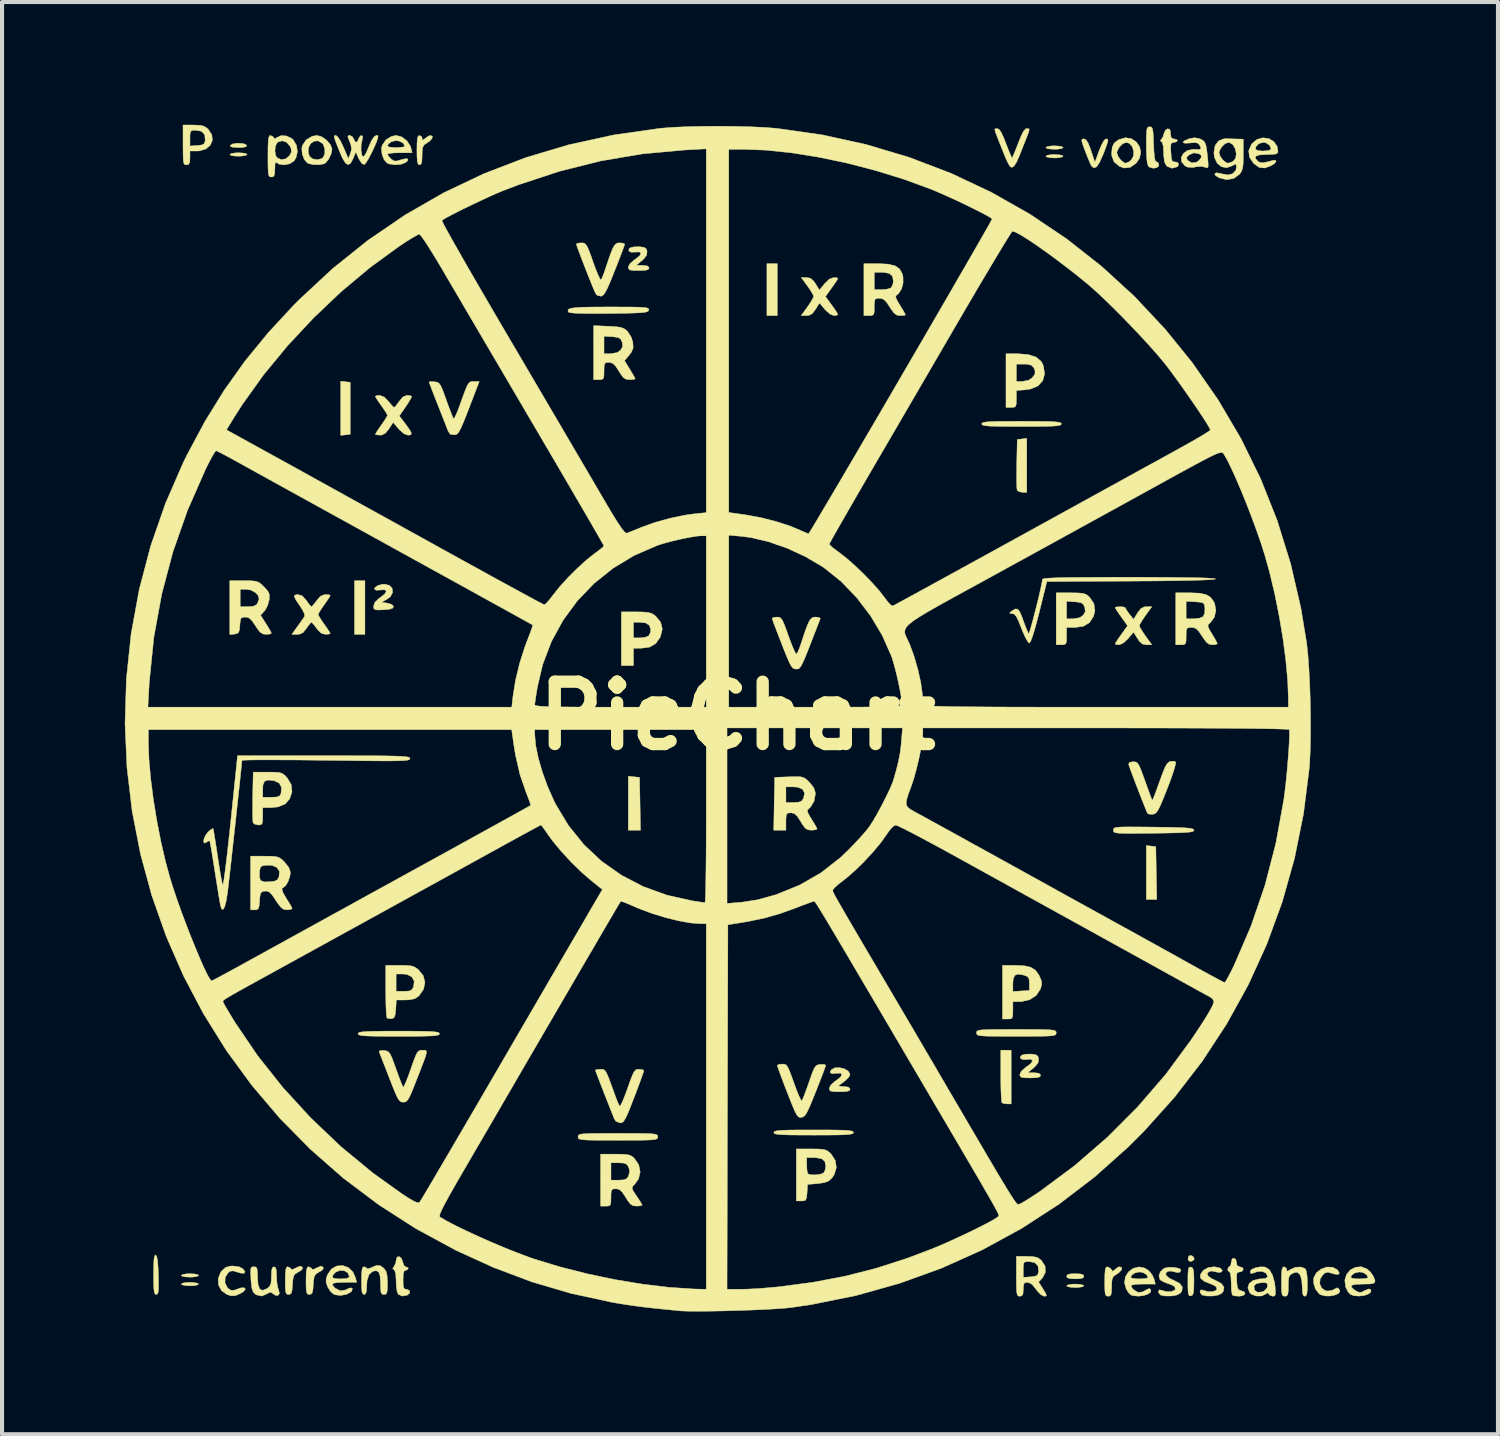
<source format=kicad_pcb>
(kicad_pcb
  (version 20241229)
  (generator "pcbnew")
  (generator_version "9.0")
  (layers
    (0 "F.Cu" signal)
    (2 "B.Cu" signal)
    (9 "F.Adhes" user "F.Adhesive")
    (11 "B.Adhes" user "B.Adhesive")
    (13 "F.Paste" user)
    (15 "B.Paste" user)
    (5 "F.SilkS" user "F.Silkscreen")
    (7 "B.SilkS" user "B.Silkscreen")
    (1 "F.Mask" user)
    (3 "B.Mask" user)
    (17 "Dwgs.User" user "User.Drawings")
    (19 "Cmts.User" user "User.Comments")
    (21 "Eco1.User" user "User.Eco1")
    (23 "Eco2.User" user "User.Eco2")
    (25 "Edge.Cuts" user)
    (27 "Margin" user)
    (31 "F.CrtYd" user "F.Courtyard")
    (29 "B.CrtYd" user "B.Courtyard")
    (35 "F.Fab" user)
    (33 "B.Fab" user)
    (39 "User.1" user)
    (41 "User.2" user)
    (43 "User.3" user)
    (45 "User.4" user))
  (footprint "PieChart"
    (layer "F.Cu")
    (at 14.969 14.441)
    (property "Reference" "PieChart" (at 0 0 0) (layer "F.SilkS") (effects (font (size 1.524 1.524) (thickness 0.3))))
    (attr through_hole)
    (fp_poly (pts (xy -9.102 -1.99) (xy -9.356 -1.99) (xy -9.356 -3.302) (xy -9.102 -3.302) (xy -9.102 -1.99)) (stroke (width 0.01) (type solid)) (fill yes) (layer "F.SilkS"))
    (fp_poly (pts (xy 0.974 -9.779) (xy 0.72 -9.779) (xy 0.72 -11.049) (xy 0.974 -11.049) (xy 0.974 -9.779)) (stroke (width 0.01) (type solid)) (fill yes) (layer "F.SilkS"))
    (fp_poly (pts (xy -9.578 -8.163) (xy -9.461 -8.149) (xy -9.461 -6.879) (xy -9.694 -6.852) (xy -9.694 -8.176) (xy -9.578 -8.163)) (stroke (width 0.01) (type solid)) (fill yes) (layer "F.SilkS"))
    (fp_poly (pts (xy 10.223 3.196) (xy 10.235 3.842) (xy 10.247 4.487) (xy 9.991 4.487) (xy 9.991 3.169) (xy 10.223 3.196)) (stroke (width 0.01) (type solid)) (fill yes) (layer "F.SilkS"))
    (fp_poly (pts (xy -2.529 1.49) (xy -2.392 1.503) (xy -2.38 2.148) (xy -2.368 2.794) (xy -2.667 2.794) (xy -2.667 1.476) (xy -2.529 1.49)) (stroke (width 0.01) (type solid)) (fill yes) (layer "F.SilkS"))
    (fp_poly (pts (xy 11.153 13.232) (xy 11.159 13.286) (xy 11.158 13.288) (xy 11.099 13.331) (xy 11.036 13.324) (xy 11.007 13.274) (xy 11.027 13.206) (xy 11.04 13.192) (xy 11.101 13.19) (xy 11.153 13.232)) (stroke (width 0.01) (type solid)) (fill yes) (layer "F.SilkS"))
    (fp_poly (pts (xy 6.689 9.483) (xy 6.59 9.483) (xy 6.501 9.472) (xy 6.463 9.454) (xy 6.453 9.404) (xy 6.445 9.285) (xy 6.438 9.112) (xy 6.435 8.902) (xy 6.435 8.798) (xy 6.435 8.17) (xy 6.689 8.17) (xy 6.689 9.483)) (stroke (width 0.01) (type solid)) (fill yes) (layer "F.SilkS"))
    (fp_poly (pts (xy -13.257 13.639) (xy -13.18 13.658) (xy -13.166 13.674) (xy -13.204 13.698) (xy -13.301 13.713) (xy -13.377 13.716) (xy -13.498 13.708) (xy -13.575 13.689) (xy -13.589 13.674) (xy -13.551 13.65) (xy -13.454 13.634) (xy -13.377 13.631) (xy -13.257 13.639)) (stroke (width 0.01) (type solid)) (fill yes) (layer "F.SilkS"))
    (fp_poly (pts (xy -13.257 13.851) (xy -13.18 13.87) (xy -13.166 13.885) (xy -13.204 13.909) (xy -13.301 13.925) (xy -13.377 13.928) (xy -13.498 13.92) (xy -13.575 13.901) (xy -13.589 13.885) (xy -13.551 13.861) (xy -13.454 13.846) (xy -13.377 13.843) (xy -13.257 13.851)) (stroke (width 0.01) (type solid)) (fill yes) (layer "F.SilkS"))
    (fp_poly (pts (xy -12.071 -13.751) (xy -11.995 -13.731) (xy -11.98 -13.716) (xy -12.018 -13.692) (xy -12.116 -13.677) (xy -12.192 -13.674) (xy -12.313 -13.681) (xy -12.389 -13.701) (xy -12.404 -13.716) (xy -12.366 -13.74) (xy -12.268 -13.755) (xy -12.192 -13.758) (xy -12.071 -13.751)) (stroke (width 0.01) (type solid)) (fill yes) (layer "F.SilkS"))
    (fp_poly (pts (xy -12.067 -13.98) (xy -11.997 -13.948) (xy -11.991 -13.938) (xy -12.008 -13.905) (xy -12.094 -13.888) (xy -12.192 -13.885) (xy -12.328 -13.892) (xy -12.389 -13.914) (xy -12.393 -13.938) (xy -12.341 -13.973) (xy -12.228 -13.99) (xy -12.192 -13.991) (xy -12.067 -13.98)) (stroke (width 0.01) (type solid)) (fill yes) (layer "F.SilkS"))
    (fp_poly (pts (xy 7.07 -5.461) (xy 6.963 -5.461) (xy 6.874 -5.48) (xy 6.834 -5.516) (xy 6.827 -5.577) (xy 6.823 -5.705) (xy 6.822 -5.883) (xy 6.824 -6.095) (xy 6.825 -6.162) (xy 6.837 -6.752) (xy 6.953 -6.766) (xy 7.07 -6.779) (xy 7.07 -5.461)) (stroke (width 0.01) (type solid)) (fill yes) (layer "F.SilkS"))
    (fp_poly (pts (xy 7.868 -13.92) (xy 7.944 -13.901) (xy 7.959 -13.885) (xy 7.921 -13.861) (xy 7.823 -13.846) (xy 7.747 -13.843) (xy 7.626 -13.851) (xy 7.55 -13.87) (xy 7.535 -13.885) (xy 7.573 -13.909) (xy 7.671 -13.925) (xy 7.747 -13.928) (xy 7.868 -13.92)) (stroke (width 0.01) (type solid)) (fill yes) (layer "F.SilkS"))
    (fp_poly (pts (xy 7.868 -13.708) (xy 7.944 -13.689) (xy 7.959 -13.674) (xy 7.921 -13.65) (xy 7.823 -13.634) (xy 7.747 -13.631) (xy 7.626 -13.639) (xy 7.55 -13.658) (xy 7.535 -13.674) (xy 7.573 -13.698) (xy 7.671 -13.713) (xy 7.747 -13.716) (xy 7.868 -13.708)) (stroke (width 0.01) (type solid)) (fill yes) (layer "F.SilkS"))
    (fp_poly (pts (xy 8.376 13.893) (xy 8.452 13.912) (xy 8.467 13.928) (xy 8.429 13.952) (xy 8.331 13.967) (xy 8.255 13.97) (xy 8.134 13.962) (xy 8.058 13.943) (xy 8.043 13.928) (xy 8.081 13.904) (xy 8.179 13.888) (xy 8.255 13.885) (xy 8.376 13.893)) (stroke (width 0.01) (type solid)) (fill yes) (layer "F.SilkS"))
    (fp_poly (pts (xy 8.388 13.638) (xy 8.453 13.662) (xy 8.467 13.695) (xy 8.444 13.735) (xy 8.366 13.754) (xy 8.255 13.758) (xy 8.122 13.752) (xy 8.057 13.728) (xy 8.043 13.695) (xy 8.066 13.655) (xy 8.144 13.635) (xy 8.255 13.631) (xy 8.388 13.638)) (stroke (width 0.01) (type solid)) (fill yes) (layer "F.SilkS"))
    (fp_poly (pts (xy -14.213 13.176) (xy -14.187 13.218) (xy -14.167 13.327) (xy -14.154 13.511) (xy -14.149 13.667) (xy -14.145 13.875) (xy -14.147 14.013) (xy -14.157 14.094) (xy -14.177 14.131) (xy -14.201 14.139) (xy -14.23 14.127) (xy -14.249 14.082) (xy -14.26 13.99) (xy -14.265 13.839) (xy -14.266 13.649) (xy -14.264 13.429) (xy -14.257 13.284) (xy -14.243 13.202) (xy -14.221 13.175) (xy -14.213 13.176)) (stroke (width 0.01) (type solid)) (fill yes) (layer "F.SilkS"))
    (fp_poly (pts (xy 11.081 13.47) (xy 11.118 13.489) (xy 11.141 13.539) (xy 11.152 13.638) (xy 11.155 13.803) (xy 11.155 13.822) (xy 11.152 13.993) (xy 11.142 14.098) (xy 11.121 14.152) (xy 11.085 14.173) (xy 11.081 14.174) (xy 11.045 14.172) (xy 11.023 14.14) (xy 11.011 14.062) (xy 11.007 13.922) (xy 11.007 13.822) (xy 11.008 13.645) (xy 11.016 13.537) (xy 11.032 13.483) (xy 11.06 13.468) (xy 11.081 13.47)) (stroke (width 0.01) (type solid)) (fill yes) (layer "F.SilkS"))
    (fp_poly (pts (xy -10.635 13.467) (xy -10.626 13.509) (xy -10.66 13.549) (xy -10.742 13.597) (xy -10.742 13.598) (xy -10.809 13.639) (xy -10.846 13.697) (xy -10.865 13.798) (xy -10.871 13.896) (xy -10.882 14.035) (xy -10.903 14.109) (xy -10.939 14.137) (xy -10.966 14.139) (xy -11.008 14.132) (xy -11.032 14.098) (xy -11.045 14.02) (xy -11.049 13.882) (xy -11.049 13.801) (xy -11.046 13.625) (xy -11.034 13.519) (xy -11.011 13.47) (xy -10.989 13.462) (xy -10.924 13.491) (xy -10.913 13.511) (xy -10.874 13.531) (xy -10.789 13.49) (xy -10.691 13.446) (xy -10.635 13.467)) (stroke (width 0.01) (type solid)) (fill yes) (layer "F.SilkS"))
    (fp_poly (pts (xy -10.127 13.467) (xy -10.118 13.509) (xy -10.152 13.549) (xy -10.234 13.597) (xy -10.234 13.598) (xy -10.301 13.639) (xy -10.338 13.697) (xy -10.357 13.798) (xy -10.363 13.896) (xy -10.374 14.035) (xy -10.395 14.109) (xy -10.431 14.137) (xy -10.458 14.139) (xy -10.5 14.132) (xy -10.524 14.098) (xy -10.537 14.02) (xy -10.541 13.882) (xy -10.541 13.801) (xy -10.538 13.625) (xy -10.526 13.519) (xy -10.503 13.47) (xy -10.481 13.462) (xy -10.416 13.491) (xy -10.405 13.511) (xy -10.366 13.531) (xy -10.281 13.49) (xy -10.183 13.446) (xy -10.127 13.467)) (stroke (width 0.01) (type solid)) (fill yes) (layer "F.SilkS"))
    (fp_poly (pts (xy -7.452 -14.159) (xy -7.464 -14.105) (xy -7.526 -14.038) (xy -7.578 -14.004) (xy -7.651 -13.954) (xy -7.689 -13.896) (xy -7.703 -13.8) (xy -7.705 -13.697) (xy -7.71 -13.556) (xy -7.73 -13.483) (xy -7.768 -13.462) (xy -7.768 -13.462) (xy -7.8 -13.477) (xy -7.819 -13.533) (xy -7.829 -13.645) (xy -7.832 -13.822) (xy -7.829 -14.002) (xy -7.819 -14.112) (xy -7.799 -14.167) (xy -7.768 -14.182) (xy -7.714 -14.147) (xy -7.705 -14.112) (xy -7.699 -14.065) (xy -7.666 -14.078) (xy -7.627 -14.112) (xy -7.548 -14.166) (xy -7.5 -14.182) (xy -7.452 -14.159)) (stroke (width 0.01) (type solid)) (fill yes) (layer "F.SilkS"))
    (fp_poly (pts (xy 10.112 -14.387) (xy 10.137 -14.356) (xy 10.153 -14.287) (xy 10.162 -14.164) (xy 10.169 -13.972) (xy 10.169 -13.97) (xy 10.178 -13.793) (xy 10.191 -13.653) (xy 10.207 -13.568) (xy 10.219 -13.55) (xy 10.272 -13.523) (xy 10.291 -13.498) (xy 10.297 -13.436) (xy 10.245 -13.394) (xy 10.164 -13.38) (xy 10.078 -13.402) (xy 10.041 -13.428) (xy 10.015 -13.501) (xy 9.998 -13.654) (xy 9.991 -13.885) (xy 9.991 -13.936) (xy 9.992 -14.138) (xy 9.997 -14.27) (xy 10.008 -14.346) (xy 10.029 -14.382) (xy 10.062 -14.393) (xy 10.074 -14.393) (xy 10.112 -14.387)) (stroke (width 0.01) (type solid)) (fill yes) (layer "F.SilkS"))
    (fp_poly (pts (xy 9.393 13.484) (xy 9.386 13.537) (xy 9.323 13.605) (xy 9.271 13.64) (xy 9.197 13.689) (xy 9.16 13.748) (xy 9.146 13.843) (xy 9.144 13.947) (xy 9.14 14.082) (xy 9.125 14.153) (xy 9.09 14.179) (xy 9.059 14.182) (xy 9.018 14.175) (xy 8.993 14.144) (xy 8.98 14.072) (xy 8.975 13.942) (xy 8.975 13.822) (xy 8.978 13.641) (xy 8.988 13.53) (xy 9.008 13.475) (xy 9.036 13.462) (xy 9.108 13.495) (xy 9.134 13.528) (xy 9.17 13.573) (xy 9.21 13.547) (xy 9.226 13.528) (xy 9.299 13.473) (xy 9.34 13.462) (xy 9.393 13.484)) (stroke (width 0.01) (type solid)) (fill yes) (layer "F.SilkS"))
    (fp_poly (pts (xy -2.815 -9.99) (xy -2.578 -9.989) (xy -2.406 -9.985) (xy -2.288 -9.978) (xy -2.216 -9.968) (xy -2.178 -9.954) (xy -2.166 -9.934) (xy -2.167 -9.917) (xy -2.178 -9.893) (xy -2.207 -9.874) (xy -2.264 -9.86) (xy -2.36 -9.85) (xy -2.505 -9.843) (xy -2.709 -9.837) (xy -2.983 -9.833) (xy -3.141 -9.831) (xy -3.487 -9.829) (xy -3.763 -9.831) (xy -3.964 -9.838) (xy -4.086 -9.85) (xy -4.127 -9.863) (xy -4.142 -9.902) (xy -4.129 -9.933) (xy -4.078 -9.955) (xy -3.981 -9.971) (xy -3.829 -9.982) (xy -3.615 -9.988) (xy -3.329 -9.99) (xy -3.127 -9.991) (xy -2.815 -9.99)) (stroke (width 0.01) (type solid)) (fill yes) (layer "F.SilkS"))
    (fp_poly (pts (xy 9.038 -14.093) (xy 9.053 -14.07) (xy 9.044 -14.014) (xy 9.01 -13.91) (xy 8.947 -13.745) (xy 8.935 -13.716) (xy 8.85 -13.524) (xy 8.775 -13.414) (xy 8.709 -13.386) (xy 8.65 -13.437) (xy 8.641 -13.452) (xy 8.605 -13.532) (xy 8.551 -13.662) (xy 8.492 -13.815) (xy 8.438 -13.961) (xy 8.414 -14.046) (xy 8.418 -14.085) (xy 8.448 -14.097) (xy 8.465 -14.097) (xy 8.516 -14.076) (xy 8.566 -14.002) (xy 8.622 -13.864) (xy 8.64 -13.811) (xy 8.735 -13.525) (xy 8.839 -13.811) (xy 8.9 -13.956) (xy 8.957 -14.057) (xy 9.001 -14.097) (xy 9.002 -14.097) (xy 9.038 -14.093)) (stroke (width 0.01) (type solid)) (fill yes) (layer "F.SilkS"))
    (fp_poly (pts (xy -8.503 -3.187) (xy -8.435 -3.112) (xy -8.426 -3.013) (xy -8.48 -2.912) (xy -8.562 -2.849) (xy -8.7 -2.776) (xy -8.551 -2.753) (xy -8.441 -2.719) (xy -8.403 -2.667) (xy -8.427 -2.628) (xy -8.507 -2.603) (xy -8.647 -2.591) (xy -8.784 -2.586) (xy -8.856 -2.595) (xy -8.885 -2.624) (xy -8.89 -2.68) (xy -8.86 -2.772) (xy -8.762 -2.866) (xy -8.719 -2.896) (xy -8.615 -2.981) (xy -8.58 -3.045) (xy -8.616 -3.08) (xy -8.721 -3.075) (xy -8.724 -3.075) (xy -8.818 -3.069) (xy -8.868 -3.09) (xy -8.857 -3.136) (xy -8.788 -3.182) (xy -8.687 -3.212) (xy -8.626 -3.217) (xy -8.503 -3.187)) (stroke (width 0.01) (type solid)) (fill yes) (layer "F.SilkS"))
    (fp_poly (pts (xy -12.173 13.464) (xy -12.079 13.515) (xy -12.031 13.585) (xy -12.053 13.621) (xy -12.139 13.617) (xy -12.217 13.593) (xy -12.324 13.562) (xy -12.393 13.571) (xy -12.449 13.613) (xy -12.517 13.726) (xy -12.521 13.858) (xy -12.46 13.977) (xy -12.446 13.991) (xy -12.367 14.042) (xy -12.284 14.032) (xy -12.253 14.019) (xy -12.127 13.977) (xy -12.047 13.977) (xy -12.023 14.01) (xy -12.066 14.066) (xy -12.148 14.117) (xy -12.272 14.169) (xy -12.377 14.171) (xy -12.473 14.14) (xy -12.605 14.046) (xy -12.679 13.91) (xy -12.689 13.754) (xy -12.629 13.601) (xy -12.599 13.561) (xy -12.504 13.477) (xy -12.39 13.445) (xy -12.324 13.443) (xy -12.173 13.464)) (stroke (width 0.01) (type solid)) (fill yes) (layer "F.SilkS"))
    (fp_poly (pts (xy -7.957 7.705) (xy -7.712 7.708) (xy -7.533 7.712) (xy -7.411 7.72) (xy -7.334 7.73) (xy -7.294 7.745) (xy -7.281 7.765) (xy -7.281 7.768) (xy -7.291 7.789) (xy -7.327 7.804) (xy -7.398 7.816) (xy -7.515 7.823) (xy -7.686 7.828) (xy -7.921 7.831) (xy -8.23 7.832) (xy -8.276 7.832) (xy -8.596 7.831) (xy -8.84 7.829) (xy -9.019 7.824) (xy -9.142 7.817) (xy -9.218 7.806) (xy -9.258 7.791) (xy -9.271 7.771) (xy -9.271 7.768) (xy -9.261 7.748) (xy -9.225 7.732) (xy -9.154 7.721) (xy -9.038 7.713) (xy -8.867 7.708) (xy -8.631 7.705) (xy -8.322 7.705) (xy -8.276 7.705) (xy -7.957 7.705)) (stroke (width 0.01) (type solid)) (fill yes) (layer "F.SilkS"))
    (fp_poly (pts (xy -2.299 -2.537) (xy -2.178 -2.526) (xy -2.095 -2.501) (xy -2.024 -2.456) (xy -1.996 -2.433) (xy -1.875 -2.287) (xy -1.836 -2.122) (xy -1.88 -1.939) (xy -1.891 -1.916) (xy -1.996 -1.767) (xy -2.142 -1.681) (xy -2.343 -1.652) (xy -2.36 -1.652) (xy -2.54 -1.651) (xy -2.54 -1.228) (xy -2.836 -1.228) (xy -2.836 -2.286) (xy -2.54 -2.286) (xy -2.54 -1.905) (xy -2.379 -1.905) (xy -2.261 -1.918) (xy -2.176 -1.949) (xy -2.167 -1.956) (xy -2.125 -2.038) (xy -2.117 -2.095) (xy -2.147 -2.207) (xy -2.242 -2.27) (xy -2.379 -2.286) (xy -2.54 -2.286) (xy -2.836 -2.286) (xy -2.836 -2.54) (xy -2.48 -2.54) (xy -2.299 -2.537)) (stroke (width 0.01) (type solid)) (fill yes) (layer "F.SilkS"))
    (fp_poly (pts (xy 2.178 10.118) (xy 2.419 10.121) (xy 2.594 10.125) (xy 2.714 10.133) (xy 2.788 10.144) (xy 2.825 10.16) (xy 2.836 10.18) (xy 2.836 10.181) (xy 2.826 10.202) (xy 2.79 10.217) (xy 2.719 10.229) (xy 2.601 10.237) (xy 2.429 10.242) (xy 2.191 10.244) (xy 1.88 10.245) (xy 1.863 10.245) (xy 1.547 10.244) (xy 1.306 10.242) (xy 1.131 10.237) (xy 1.011 10.229) (xy 0.937 10.218) (xy 0.9 10.203) (xy 0.889 10.182) (xy 0.889 10.181) (xy 0.899 10.161) (xy 0.935 10.145) (xy 1.007 10.133) (xy 1.124 10.126) (xy 1.297 10.121) (xy 1.534 10.118) (xy 1.846 10.118) (xy 1.863 10.118) (xy 2.178 10.118)) (stroke (width 0.01) (type solid)) (fill yes) (layer "F.SilkS"))
    (fp_poly (pts (xy 6.847 -8.848) (xy 7.108 -8.827) (xy 7.299 -8.765) (xy 7.424 -8.657) (xy 7.477 -8.553) (xy 7.506 -8.354) (xy 7.46 -8.188) (xy 7.345 -8.062) (xy 7.166 -7.986) (xy 7.051 -7.968) (xy 6.816 -7.948) (xy 6.816 -7.742) (xy 6.813 -7.618) (xy 6.795 -7.558) (xy 6.748 -7.537) (xy 6.689 -7.535) (xy 6.562 -7.535) (xy 6.562 -8.594) (xy 6.816 -8.594) (xy 6.816 -8.17) (xy 6.964 -8.17) (xy 7.115 -8.201) (xy 7.197 -8.255) (xy 7.268 -8.347) (xy 7.272 -8.434) (xy 7.238 -8.512) (xy 7.183 -8.567) (xy 7.083 -8.591) (xy 7.005 -8.594) (xy 6.816 -8.594) (xy 6.562 -8.594) (xy 6.562 -8.848) (xy 6.847 -8.848)) (stroke (width 0.01) (type solid)) (fill yes) (layer "F.SilkS"))
    (fp_poly (pts (xy 7.258 -7.196) (xy 7.499 -7.194) (xy 7.674 -7.189) (xy 7.794 -7.181) (xy 7.868 -7.17) (xy 7.905 -7.155) (xy 7.916 -7.134) (xy 7.916 -7.133) (xy 7.906 -7.113) (xy 7.87 -7.097) (xy 7.799 -7.085) (xy 7.681 -7.078) (xy 7.509 -7.073) (xy 7.271 -7.07) (xy 6.96 -7.07) (xy 6.943 -7.07) (xy 6.627 -7.07) (xy 6.386 -7.073) (xy 6.211 -7.077) (xy 6.091 -7.085) (xy 6.017 -7.096) (xy 5.98 -7.112) (xy 5.969 -7.132) (xy 5.969 -7.133) (xy 5.979 -7.154) (xy 6.015 -7.169) (xy 6.087 -7.181) (xy 6.204 -7.189) (xy 6.377 -7.194) (xy 6.614 -7.196) (xy 6.926 -7.197) (xy 6.943 -7.197) (xy 7.258 -7.196)) (stroke (width 0.01) (type solid)) (fill yes) (layer "F.SilkS"))
    (fp_poly (pts (xy 14.543 13.473) (xy 14.658 13.535) (xy 14.665 13.542) (xy 14.708 13.615) (xy 14.681 13.65) (xy 14.593 13.642) (xy 14.529 13.622) (xy 14.427 13.594) (xy 14.355 13.615) (xy 14.311 13.651) (xy 14.239 13.759) (xy 14.229 13.877) (xy 14.273 13.98) (xy 14.364 14.045) (xy 14.429 14.055) (xy 14.534 14.037) (xy 14.597 14.004) (xy 14.654 13.975) (xy 14.7 14.007) (xy 14.722 14.066) (xy 14.68 14.118) (xy 14.591 14.156) (xy 14.478 14.177) (xy 14.358 14.175) (xy 14.252 14.146) (xy 14.215 14.124) (xy 14.127 14.012) (xy 14.078 13.864) (xy 14.081 13.734) (xy 14.148 13.608) (xy 14.264 13.517) (xy 14.404 13.469) (xy 14.543 13.473)) (stroke (width 0.01) (type solid)) (fill yes) (layer "F.SilkS"))
    (fp_poly (pts (xy -2.392 -11.462) (xy -2.28 -11.447) (xy -2.226 -11.41) (xy -2.208 -11.346) (xy -2.22 -11.253) (xy -2.294 -11.158) (xy -2.333 -11.124) (xy -2.473 -11.007) (xy -2.316 -11.007) (xy -2.203 -10.994) (xy -2.16 -10.955) (xy -2.159 -10.943) (xy -2.179 -10.906) (xy -2.248 -10.886) (xy -2.382 -10.88) (xy -2.413 -10.88) (xy -2.555 -10.883) (xy -2.632 -10.896) (xy -2.662 -10.927) (xy -2.667 -10.964) (xy -2.629 -11.046) (xy -2.523 -11.138) (xy -2.496 -11.156) (xy -2.392 -11.238) (xy -2.357 -11.301) (xy -2.393 -11.335) (xy -2.498 -11.331) (xy -2.501 -11.33) (xy -2.599 -11.329) (xy -2.654 -11.36) (xy -2.649 -11.409) (xy -2.62 -11.435) (xy -2.542 -11.457) (xy -2.422 -11.464) (xy -2.392 -11.462)) (stroke (width 0.01) (type solid)) (fill yes) (layer "F.SilkS"))
    (fp_poly (pts (xy 7.176 8.265) (xy 7.288 8.28) (xy 7.341 8.317) (xy 7.36 8.381) (xy 7.347 8.475) (xy 7.273 8.569) (xy 7.234 8.604) (xy 7.094 8.721) (xy 7.251 8.721) (xy 7.364 8.733) (xy 7.407 8.773) (xy 7.408 8.784) (xy 7.389 8.821) (xy 7.32 8.841) (xy 7.185 8.848) (xy 7.154 8.848) (xy 7.012 8.845) (xy 6.936 8.831) (xy 6.905 8.8) (xy 6.9 8.764) (xy 6.938 8.682) (xy 7.044 8.589) (xy 7.071 8.572) (xy 7.176 8.49) (xy 7.21 8.427) (xy 7.175 8.392) (xy 7.07 8.397) (xy 7.066 8.398) (xy 6.969 8.399) (xy 6.914 8.368) (xy 6.918 8.319) (xy 6.948 8.292) (xy 7.026 8.27) (xy 7.145 8.264) (xy 7.176 8.265)) (stroke (width 0.01) (type solid)) (fill yes) (layer "F.SilkS"))
    (fp_poly (pts (xy 9.806 2.715) (xy 10.104 2.718) (xy 10.171 2.719) (xy 10.489 2.723) (xy 10.732 2.729) (xy 10.909 2.735) (xy 11.03 2.745) (xy 11.105 2.757) (xy 11.144 2.773) (xy 11.155 2.793) (xy 11.155 2.794) (xy 11.145 2.815) (xy 11.108 2.831) (xy 11.034 2.843) (xy 10.914 2.852) (xy 10.739 2.859) (xy 10.499 2.864) (xy 10.184 2.869) (xy 10.171 2.869) (xy 9.858 2.872) (xy 9.619 2.874) (xy 9.445 2.873) (xy 9.325 2.868) (xy 9.25 2.859) (xy 9.208 2.845) (xy 9.19 2.826) (xy 9.186 2.8) (xy 9.186 2.794) (xy 9.189 2.767) (xy 9.203 2.746) (xy 9.239 2.731) (xy 9.308 2.721) (xy 9.418 2.716) (xy 9.581 2.714) (xy 9.806 2.715)) (stroke (width 0.01) (type solid)) (fill yes) (layer "F.SilkS"))
    (fp_poly (pts (xy -8.214 13.251) (xy -8.179 13.337) (xy -8.178 13.346) (xy -8.149 13.433) (xy -8.104 13.462) (xy -8.05 13.486) (xy -8.043 13.504) (xy -8.078 13.542) (xy -8.107 13.547) (xy -8.145 13.568) (xy -8.165 13.641) (xy -8.17 13.78) (xy -8.167 13.914) (xy -8.151 13.984) (xy -8.115 14.01) (xy -8.086 14.012) (xy -8.017 14.039) (xy -8.006 14.097) (xy -8.057 14.151) (xy -8.068 14.156) (xy -8.193 14.179) (xy -8.286 14.134) (xy -8.289 14.131) (xy -8.317 14.062) (xy -8.335 13.936) (xy -8.34 13.817) (xy -8.348 13.646) (xy -8.374 13.551) (xy -8.393 13.534) (xy -8.424 13.506) (xy -8.393 13.459) (xy -8.35 13.373) (xy -8.34 13.302) (xy -8.318 13.227) (xy -8.268 13.212) (xy -8.214 13.251)) (stroke (width 0.01) (type solid)) (fill yes) (layer "F.SilkS"))
    (fp_poly (pts (xy 9.627 -14.102) (xy 9.745 -14.025) (xy 9.825 -13.909) (xy 9.856 -13.771) (xy 9.826 -13.625) (xy 9.74 -13.501) (xy 9.596 -13.401) (xy 9.447 -13.385) (xy 9.335 -13.426) (xy 9.205 -13.533) (xy 9.148 -13.677) (xy 9.144 -13.742) (xy 9.145 -13.758) (xy 9.271 -13.758) (xy 9.301 -13.668) (xy 9.371 -13.575) (xy 9.453 -13.513) (xy 9.49 -13.504) (xy 9.557 -13.531) (xy 9.617 -13.574) (xy 9.676 -13.673) (xy 9.683 -13.793) (xy 9.648 -13.907) (xy 9.575 -13.989) (xy 9.497 -14.012) (xy 9.413 -13.978) (xy 9.331 -13.896) (xy 9.278 -13.798) (xy 9.271 -13.758) (xy 9.145 -13.758) (xy 9.158 -13.898) (xy 9.21 -14) (xy 9.313 -14.076) (xy 9.322 -14.08) (xy 9.482 -14.126) (xy 9.627 -14.102)) (stroke (width 0.01) (type solid)) (fill yes) (layer "F.SilkS"))
    (fp_poly (pts (xy -2.61 10.203) (xy -2.373 10.204) (xy -2.201 10.207) (xy -2.083 10.214) (xy -2.008 10.224) (xy -1.968 10.238) (xy -1.951 10.258) (xy -1.947 10.285) (xy -1.947 10.287) (xy -1.95 10.314) (xy -1.966 10.335) (xy -2.005 10.35) (xy -2.077 10.36) (xy -2.192 10.366) (xy -2.361 10.37) (xy -2.593 10.371) (xy -2.899 10.372) (xy -2.921 10.372) (xy -3.232 10.371) (xy -3.469 10.37) (xy -3.641 10.367) (xy -3.759 10.36) (xy -3.834 10.35) (xy -3.874 10.336) (xy -3.891 10.316) (xy -3.895 10.289) (xy -3.895 10.287) (xy -3.892 10.26) (xy -3.876 10.239) (xy -3.837 10.224) (xy -3.765 10.214) (xy -3.65 10.208) (xy -3.481 10.204) (xy -3.249 10.203) (xy -2.943 10.202) (xy -2.921 10.202) (xy -2.61 10.203)) (stroke (width 0.01) (type solid)) (fill yes) (layer "F.SilkS"))
    (fp_poly (pts (xy 2.613 8.625) (xy 2.709 8.682) (xy 2.751 8.759) (xy 2.752 8.766) (xy 2.72 8.828) (xy 2.639 8.911) (xy 2.531 8.994) (xy 2.515 9.004) (xy 2.473 9.037) (xy 2.493 9.052) (xy 2.586 9.057) (xy 2.593 9.057) (xy 2.707 9.071) (xy 2.751 9.112) (xy 2.752 9.123) (xy 2.732 9.16) (xy 2.663 9.18) (xy 2.528 9.186) (xy 2.498 9.186) (xy 2.356 9.183) (xy 2.279 9.17) (xy 2.248 9.139) (xy 2.244 9.102) (xy 2.282 9.02) (xy 2.387 8.928) (xy 2.415 8.91) (xy 2.519 8.828) (xy 2.554 8.765) (xy 2.519 8.731) (xy 2.416 8.735) (xy 2.413 8.736) (xy 2.304 8.743) (xy 2.263 8.712) (xy 2.292 8.65) (xy 2.376 8.602) (xy 2.493 8.596) (xy 2.613 8.625)) (stroke (width 0.01) (type solid)) (fill yes) (layer "F.SilkS"))
    (fp_poly (pts (xy 7.127 7.663) (xy 7.364 7.664) (xy 7.536 7.667) (xy 7.654 7.674) (xy 7.728 7.684) (xy 7.769 7.698) (xy 7.786 7.718) (xy 7.789 7.745) (xy 7.789 7.747) (xy 7.786 7.774) (xy 7.771 7.795) (xy 7.732 7.81) (xy 7.66 7.82) (xy 7.545 7.826) (xy 7.376 7.83) (xy 7.144 7.831) (xy 6.837 7.832) (xy 6.816 7.832) (xy 6.505 7.831) (xy 6.268 7.83) (xy 6.095 7.827) (xy 5.977 7.82) (xy 5.903 7.81) (xy 5.862 7.796) (xy 5.846 7.776) (xy 5.842 7.749) (xy 5.842 7.747) (xy 5.845 7.72) (xy 5.861 7.699) (xy 5.9 7.684) (xy 5.971 7.674) (xy 6.087 7.668) (xy 6.255 7.664) (xy 6.488 7.663) (xy 6.794 7.662) (xy 6.816 7.662) (xy 7.127 7.663)) (stroke (width 0.01) (type solid)) (fill yes) (layer "F.SilkS"))
    (fp_poly (pts (xy 8.322 -3.003) (xy 8.438 -2.993) (xy 8.515 -2.969) (xy 8.576 -2.926) (xy 8.604 -2.899) (xy 8.711 -2.741) (xy 8.735 -2.565) (xy 8.7 -2.429) (xy 8.601 -2.276) (xy 8.453 -2.188) (xy 8.248 -2.159) (xy 8.246 -2.159) (xy 8.043 -2.159) (xy 8.043 -1.947) (xy 8.041 -1.822) (xy 8.023 -1.76) (xy 7.979 -1.738) (xy 7.916 -1.736) (xy 7.789 -1.736) (xy 7.789 -2.371) (xy 8.043 -2.371) (xy 8.206 -2.371) (xy 8.366 -2.399) (xy 8.447 -2.457) (xy 8.499 -2.544) (xy 8.489 -2.643) (xy 8.484 -2.658) (xy 8.448 -2.73) (xy 8.387 -2.767) (xy 8.274 -2.784) (xy 8.244 -2.786) (xy 8.043 -2.799) (xy 8.043 -2.371) (xy 7.789 -2.371) (xy 7.789 -3.006) (xy 8.143 -3.006) (xy 8.322 -3.003)) (stroke (width 0.01) (type solid)) (fill yes) (layer "F.SilkS"))
    (fp_poly (pts (xy -10.158 -14.149) (xy -10.04 -14.067) (xy -9.947 -13.959) (xy -9.906 -13.852) (xy -9.906 -13.844) (xy -9.93 -13.725) (xy -9.988 -13.602) (xy -10.063 -13.511) (xy -10.098 -13.488) (xy -10.22 -13.466) (xy -10.364 -13.469) (xy -10.485 -13.496) (xy -10.506 -13.506) (xy -10.583 -13.592) (xy -10.633 -13.724) (xy -10.636 -13.758) (xy -10.486 -13.758) (xy -10.455 -13.671) (xy -10.38 -13.609) (xy -10.269 -13.589) (xy -10.162 -13.614) (xy -10.126 -13.64) (xy -10.082 -13.735) (xy -10.083 -13.858) (xy -10.125 -13.968) (xy -10.142 -13.988) (xy -10.246 -14.049) (xy -10.347 -14.041) (xy -10.431 -13.98) (xy -10.482 -13.881) (xy -10.486 -13.758) (xy -10.636 -13.758) (xy -10.645 -13.865) (xy -10.63 -13.938) (xy -10.536 -14.075) (xy -10.392 -14.161) (xy -10.274 -14.182) (xy -10.158 -14.149)) (stroke (width 0.01) (type solid)) (fill yes) (layer "F.SilkS"))
    (fp_poly (pts (xy 1.783 -10.693) (xy 1.861 -10.626) (xy 1.909 -10.556) (xy 2.004 -10.402) (xy 2.128 -10.556) (xy 2.247 -10.672) (xy 2.354 -10.71) (xy 2.431 -10.703) (xy 2.455 -10.689) (xy 2.433 -10.646) (xy 2.373 -10.556) (xy 2.303 -10.457) (xy 2.151 -10.245) (xy 2.303 -10.038) (xy 2.384 -9.925) (xy 2.439 -9.839) (xy 2.455 -9.805) (xy 2.419 -9.785) (xy 2.36 -9.779) (xy 2.266 -9.814) (xy 2.157 -9.909) (xy 2.135 -9.934) (xy 2.005 -10.089) (xy 1.909 -9.934) (xy 1.83 -9.829) (xy 1.748 -9.785) (xy 1.686 -9.779) (xy 1.558 -9.779) (xy 1.711 -9.991) (xy 1.791 -10.11) (xy 1.846 -10.205) (xy 1.863 -10.25) (xy 1.839 -10.307) (xy 1.778 -10.407) (xy 1.711 -10.504) (xy 1.559 -10.71) (xy 1.686 -10.71) (xy 1.783 -10.693)) (stroke (width 0.01) (type solid)) (fill yes) (layer "F.SilkS"))
    (fp_poly (pts (xy 6.784 6.097) (xy 7.008 6.107) (xy 7.167 6.144) (xy 7.28 6.215) (xy 7.363 6.328) (xy 7.381 6.364) (xy 7.429 6.477) (xy 7.436 6.566) (xy 7.404 6.675) (xy 7.401 6.681) (xy 7.302 6.831) (xy 7.143 6.935) (xy 6.942 6.983) (xy 6.89 6.985) (xy 6.731 6.985) (xy 6.731 7.197) (xy 6.728 7.322) (xy 6.711 7.384) (xy 6.667 7.406) (xy 6.604 7.408) (xy 6.477 7.408) (xy 6.477 6.541) (xy 6.731 6.541) (xy 6.731 6.736) (xy 6.932 6.723) (xy 7.133 6.71) (xy 7.133 6.542) (xy 7.126 6.431) (xy 7.091 6.373) (xy 7.007 6.338) (xy 6.998 6.336) (xy 6.858 6.311) (xy 6.775 6.342) (xy 6.737 6.439) (xy 6.731 6.541) (xy 6.477 6.541) (xy 6.477 6.096) (xy 6.784 6.097)) (stroke (width 0.01) (type solid)) (fill yes) (layer "F.SilkS"))
    (fp_poly (pts (xy 7.118 -14.346) (xy 7.13 -14.319) (xy 7.112 -14.25) (xy 7.069 -14.139) (xy 7.001 -13.968) (xy 6.927 -13.779) (xy 6.898 -13.705) (xy 6.82 -13.527) (xy 6.755 -13.427) (xy 6.699 -13.4) (xy 6.657 -13.428) (xy 6.617 -13.496) (xy 6.561 -13.614) (xy 6.519 -13.716) (xy 6.45 -13.889) (xy 6.378 -14.069) (xy 6.346 -14.15) (xy 6.301 -14.268) (xy 6.288 -14.327) (xy 6.307 -14.348) (xy 6.345 -14.351) (xy 6.393 -14.33) (xy 6.444 -14.259) (xy 6.506 -14.127) (xy 6.559 -13.991) (xy 6.62 -13.833) (xy 6.671 -13.71) (xy 6.703 -13.641) (xy 6.71 -13.631) (xy 6.73 -13.668) (xy 6.772 -13.767) (xy 6.829 -13.909) (xy 6.86 -13.991) (xy 6.934 -14.174) (xy 6.992 -14.286) (xy 7.041 -14.341) (xy 7.075 -14.351) (xy 7.118 -14.346)) (stroke (width 0.01) (type solid)) (fill yes) (layer "F.SilkS"))
    (fp_poly (pts (xy 10.563 -14.334) (xy 10.582 -14.266) (xy 10.583 -14.227) (xy 10.596 -14.133) (xy 10.643 -14.099) (xy 10.668 -14.097) (xy 10.737 -14.079) (xy 10.753 -14.055) (xy 10.717 -14.021) (xy 10.666 -14.012) (xy 10.617 -14.004) (xy 10.593 -13.967) (xy 10.587 -13.881) (xy 10.592 -13.769) (xy 10.603 -13.63) (xy 10.623 -13.558) (xy 10.658 -13.536) (xy 10.675 -13.537) (xy 10.75 -13.524) (xy 10.783 -13.475) (xy 10.754 -13.42) (xy 10.748 -13.416) (xy 10.622 -13.38) (xy 10.503 -13.424) (xy 10.481 -13.444) (xy 10.434 -13.538) (xy 10.415 -13.704) (xy 10.414 -13.758) (xy 10.405 -13.92) (xy 10.378 -14.011) (xy 10.361 -14.027) (xy 10.331 -14.057) (xy 10.357 -14.083) (xy 10.4 -14.149) (xy 10.42 -14.224) (xy 10.458 -14.31) (xy 10.509 -14.343) (xy 10.563 -14.334)) (stroke (width 0.01) (type solid)) (fill yes) (layer "F.SilkS"))
    (fp_poly (pts (xy 12.18 13.287) (xy 12.192 13.356) (xy 12.212 13.439) (xy 12.277 13.462) (xy 12.346 13.488) (xy 12.361 13.525) (xy 12.326 13.577) (xy 12.274 13.589) (xy 12.224 13.598) (xy 12.2 13.638) (xy 12.197 13.729) (xy 12.2 13.811) (xy 12.213 13.943) (xy 12.236 14.013) (xy 12.282 14.042) (xy 12.308 14.047) (xy 12.391 14.079) (xy 12.404 14.125) (xy 12.354 14.166) (xy 12.263 14.182) (xy 12.158 14.174) (xy 12.095 14.155) (xy 12.093 14.153) (xy 12.079 14.099) (xy 12.068 13.986) (xy 12.065 13.857) (xy 12.059 13.716) (xy 12.043 13.62) (xy 12.023 13.589) (xy 11.985 13.555) (xy 11.98 13.525) (xy 12.003 13.469) (xy 12.023 13.462) (xy 12.054 13.426) (xy 12.065 13.356) (xy 12.087 13.271) (xy 12.129 13.25) (xy 12.18 13.287)) (stroke (width 0.01) (type solid)) (fill yes) (layer "F.SilkS"))
    (fp_poly (pts (xy 11.778 13.486) (xy 11.806 13.5) (xy 11.849 13.552) (xy 11.826 13.591) (xy 11.757 13.602) (xy 11.704 13.589) (xy 11.6 13.567) (xy 11.534 13.574) (xy 11.479 13.621) (xy 11.498 13.684) (xy 11.583 13.75) (xy 11.684 13.796) (xy 11.825 13.871) (xy 11.889 13.961) (xy 11.873 14.06) (xy 11.831 14.113) (xy 11.746 14.154) (xy 11.614 14.177) (xy 11.471 14.177) (xy 11.356 14.154) (xy 11.308 14.098) (xy 11.303 14.068) (xy 11.325 14.025) (xy 11.377 14.036) (xy 11.499 14.069) (xy 11.615 14.069) (xy 11.697 14.038) (xy 11.717 14.006) (xy 11.696 13.946) (xy 11.6 13.894) (xy 11.57 13.884) (xy 11.402 13.815) (xy 11.316 13.741) (xy 11.31 13.656) (xy 11.379 13.556) (xy 11.388 13.547) (xy 11.5 13.484) (xy 11.645 13.462) (xy 11.778 13.486)) (stroke (width 0.01) (type solid)) (fill yes) (layer "F.SilkS"))
    (fp_poly (pts (xy -13.135 -14.43) (xy -13.034 -14.407) (xy -12.958 -14.357) (xy -12.931 -14.332) (xy -12.843 -14.198) (xy -12.83 -14.061) (xy -12.883 -13.939) (xy -12.993 -13.848) (xy -13.154 -13.803) (xy -13.2 -13.801) (xy -13.377 -13.801) (xy -13.377 -13.631) (xy -13.384 -13.521) (xy -13.413 -13.472) (xy -13.462 -13.462) (xy -13.498 -13.467) (xy -13.523 -13.492) (xy -13.537 -13.551) (xy -13.544 -13.659) (xy -13.546 -13.83) (xy -13.547 -13.949) (xy -13.547 -14.116) (xy -13.377 -14.116) (xy -13.377 -13.923) (xy -13.197 -13.936) (xy -13.083 -13.95) (xy -13.027 -13.983) (xy -13.006 -14.05) (xy -13.004 -14.068) (xy -13.018 -14.203) (xy -13.096 -14.283) (xy -13.234 -14.309) (xy -13.322 -14.304) (xy -13.364 -14.276) (xy -13.376 -14.202) (xy -13.377 -14.116) (xy -13.547 -14.116) (xy -13.547 -14.436) (xy -13.291 -14.436) (xy -13.135 -14.43)) (stroke (width 0.01) (type solid)) (fill yes) (layer "F.SilkS"))
    (fp_poly (pts (xy -8.73 13.434) (xy -8.644 13.496) (xy -8.636 13.504) (xy -8.587 13.573) (xy -8.561 13.671) (xy -8.552 13.822) (xy -8.551 13.864) (xy -8.554 14.013) (xy -8.566 14.096) (xy -8.592 14.132) (xy -8.636 14.139) (xy -8.682 14.131) (xy -8.708 14.092) (xy -8.719 14.004) (xy -8.721 13.869) (xy -8.731 13.693) (xy -8.764 13.592) (xy -8.827 13.557) (xy -8.912 13.574) (xy -9.001 13.651) (xy -9.05 13.798) (xy -9.059 13.946) (xy -9.067 14.073) (xy -9.095 14.131) (xy -9.123 14.139) (xy -9.155 14.123) (xy -9.175 14.066) (xy -9.184 13.951) (xy -9.186 13.801) (xy -9.183 13.627) (xy -9.172 13.523) (xy -9.151 13.473) (xy -9.123 13.462) (xy -9.066 13.484) (xy -9.059 13.502) (xy -9.028 13.513) (xy -8.95 13.485) (xy -8.943 13.481) (xy -8.819 13.429) (xy -8.73 13.434)) (stroke (width 0.01) (type solid)) (fill yes) (layer "F.SilkS"))
    (fp_poly (pts (xy 10.749 13.492) (xy 10.823 13.52) (xy 10.837 13.542) (xy 10.807 13.6) (xy 10.72 13.599) (xy 10.685 13.587) (xy 10.582 13.567) (xy 10.518 13.574) (xy 10.463 13.621) (xy 10.482 13.684) (xy 10.567 13.75) (xy 10.668 13.796) (xy 10.809 13.871) (xy 10.873 13.961) (xy 10.857 14.06) (xy 10.815 14.113) (xy 10.73 14.154) (xy 10.598 14.177) (xy 10.455 14.177) (xy 10.34 14.154) (xy 10.292 14.098) (xy 10.287 14.068) (xy 10.309 14.025) (xy 10.361 14.036) (xy 10.484 14.07) (xy 10.601 14.069) (xy 10.682 14.036) (xy 10.701 14.004) (xy 10.684 13.947) (xy 10.6 13.9) (xy 10.543 13.881) (xy 10.424 13.836) (xy 10.339 13.788) (xy 10.325 13.775) (xy 10.299 13.685) (xy 10.334 13.585) (xy 10.418 13.506) (xy 10.436 13.496) (xy 10.525 13.477) (xy 10.64 13.476) (xy 10.749 13.492)) (stroke (width 0.01) (type solid)) (fill yes) (layer "F.SilkS"))
    (fp_poly (pts (xy 1.981 10.585) (xy 2.098 10.594) (xy 2.176 10.617) (xy 2.238 10.659) (xy 2.289 10.707) (xy 2.39 10.862) (xy 2.417 11.036) (xy 2.367 11.208) (xy 2.312 11.289) (xy 2.234 11.362) (xy 2.138 11.403) (xy 1.993 11.426) (xy 1.962 11.429) (xy 1.714 11.451) (xy 1.702 11.652) (xy 1.69 11.774) (xy 1.666 11.833) (xy 1.614 11.852) (xy 1.564 11.853) (xy 1.439 11.853) (xy 1.439 10.795) (xy 1.693 10.795) (xy 1.693 10.978) (xy 1.699 11.097) (xy 1.714 11.177) (xy 1.722 11.19) (xy 1.79 11.214) (xy 1.902 11.217) (xy 2.018 11.203) (xy 2.1 11.174) (xy 2.108 11.168) (xy 2.147 11.088) (xy 2.159 11.007) (xy 2.136 10.889) (xy 2.058 10.821) (xy 1.915 10.796) (xy 1.875 10.795) (xy 1.693 10.795) (xy 1.439 10.795) (xy 1.439 10.583) (xy 1.802 10.583) (xy 1.981 10.585)) (stroke (width 0.01) (type solid)) (fill yes) (layer "F.SilkS"))
    (fp_poly (pts (xy -11.286 13.483) (xy -11.266 13.555) (xy -11.261 13.696) (xy -11.261 13.698) (xy -11.253 13.846) (xy -11.232 13.97) (xy -11.214 14.02) (xy -11.191 14.112) (xy -11.224 14.164) (xy -11.294 14.157) (xy -11.334 14.129) (xy -11.401 14.084) (xy -11.466 14.104) (xy -11.491 14.121) (xy -11.621 14.178) (xy -11.748 14.15) (xy -11.791 14.123) (xy -11.837 14.069) (xy -11.867 13.976) (xy -11.884 13.824) (xy -11.888 13.763) (xy -11.895 13.607) (xy -11.892 13.516) (xy -11.873 13.474) (xy -11.834 13.462) (xy -11.816 13.462) (xy -11.766 13.47) (xy -11.739 13.508) (xy -11.728 13.596) (xy -11.726 13.711) (xy -11.713 13.897) (xy -11.673 14.006) (xy -11.602 14.039) (xy -11.5 13.999) (xy -11.494 13.995) (xy -11.431 13.942) (xy -11.399 13.872) (xy -11.388 13.755) (xy -11.388 13.694) (xy -11.382 13.554) (xy -11.362 13.482) (xy -11.324 13.462) (xy -11.286 13.483)) (stroke (width 0.01) (type solid)) (fill yes) (layer "F.SilkS"))
    (fp_poly (pts (xy -8.082 6.099) (xy -7.965 6.112) (xy -7.883 6.141) (xy -7.808 6.192) (xy -7.796 6.203) (xy -7.676 6.35) (xy -7.635 6.516) (xy -7.671 6.686) (xy -7.785 6.845) (xy -7.795 6.854) (xy -7.887 6.913) (xy -8.016 6.939) (xy -8.113 6.943) (xy -8.335 6.943) (xy -8.348 7.165) (xy -8.361 7.298) (xy -8.386 7.369) (xy -8.432 7.397) (xy -8.447 7.4) (xy -8.531 7.397) (xy -8.564 7.382) (xy -8.574 7.331) (xy -8.583 7.211) (xy -8.59 7.038) (xy -8.593 6.827) (xy -8.594 6.724) (xy -8.594 6.308) (xy -8.34 6.308) (xy -8.34 6.731) (xy -8.148 6.731) (xy -8.025 6.725) (xy -7.959 6.696) (xy -7.919 6.633) (xy -7.914 6.619) (xy -7.898 6.484) (xy -7.954 6.38) (xy -8.073 6.319) (xy -8.171 6.308) (xy -8.34 6.308) (xy -8.594 6.308) (xy -8.594 6.096) (xy -8.258 6.096) (xy -8.082 6.099)) (stroke (width 0.01) (type solid)) (fill yes) (layer "F.SilkS"))
    (fp_poly (pts (xy 9.973 -2.455) (xy 9.893 -2.337) (xy 9.838 -2.244) (xy 9.821 -2.201) (xy 9.844 -2.147) (xy 9.905 -2.048) (xy 9.973 -1.947) (xy 10.126 -1.736) (xy 9.998 -1.736) (xy 9.901 -1.753) (xy 9.824 -1.819) (xy 9.775 -1.891) (xy 9.679 -2.045) (xy 9.549 -1.891) (xy 9.44 -1.786) (xy 9.341 -1.737) (xy 9.324 -1.736) (xy 9.249 -1.744) (xy 9.229 -1.757) (xy 9.251 -1.8) (xy 9.311 -1.89) (xy 9.381 -1.99) (xy 9.533 -2.201) (xy 9.381 -2.413) (xy 9.301 -2.527) (xy 9.246 -2.612) (xy 9.229 -2.646) (xy 9.266 -2.661) (xy 9.354 -2.667) (xy 9.356 -2.667) (xy 9.445 -2.658) (xy 9.483 -2.636) (xy 9.483 -2.635) (xy 9.507 -2.584) (xy 9.567 -2.499) (xy 9.581 -2.481) (xy 9.68 -2.358) (xy 9.775 -2.512) (xy 9.854 -2.617) (xy 9.936 -2.661) (xy 9.998 -2.667) (xy 10.126 -2.667) (xy 9.973 -2.455)) (stroke (width 0.01) (type solid)) (fill yes) (layer "F.SilkS"))
    (fp_poly (pts (xy 13.412 13.496) (xy 13.42 13.528) (xy 13.427 13.57) (xy 13.465 13.56) (xy 13.514 13.528) (xy 13.638 13.474) (xy 13.769 13.467) (xy 13.871 13.507) (xy 13.877 13.513) (xy 13.905 13.583) (xy 13.922 13.719) (xy 13.928 13.873) (xy 13.924 14.038) (xy 13.912 14.133) (xy 13.887 14.176) (xy 13.864 14.182) (xy 13.825 14.16) (xy 13.806 14.085) (xy 13.801 13.957) (xy 13.79 13.81) (xy 13.762 13.691) (xy 13.742 13.652) (xy 13.687 13.598) (xy 13.619 13.602) (xy 13.572 13.622) (xy 13.511 13.657) (xy 13.477 13.709) (xy 13.464 13.801) (xy 13.462 13.927) (xy 13.459 14.069) (xy 13.445 14.146) (xy 13.415 14.177) (xy 13.377 14.182) (xy 13.336 14.175) (xy 13.311 14.144) (xy 13.298 14.072) (xy 13.293 13.942) (xy 13.293 13.822) (xy 13.295 13.642) (xy 13.305 13.532) (xy 13.325 13.477) (xy 13.356 13.462) (xy 13.412 13.496)) (stroke (width 0.01) (type solid)) (fill yes) (layer "F.SilkS"))
    (fp_poly (pts (xy -11.305 1.377) (xy -11.193 1.386) (xy -11.119 1.41) (xy -11.06 1.454) (xy -11.003 1.514) (xy -10.902 1.68) (xy -10.884 1.858) (xy -10.94 2.026) (xy -11.05 2.153) (xy -11.221 2.225) (xy -11.411 2.244) (xy -11.599 2.244) (xy -11.599 2.455) (xy -11.603 2.581) (xy -11.62 2.644) (xy -11.663 2.665) (xy -11.706 2.667) (xy -11.795 2.648) (xy -11.835 2.612) (xy -11.842 2.551) (xy -11.846 2.423) (xy -11.847 2.245) (xy -11.845 2.033) (xy -11.844 1.966) (xy -11.841 1.798) (xy -11.599 1.798) (xy -11.599 1.99) (xy -11.391 1.99) (xy -11.26 1.984) (xy -11.19 1.96) (xy -11.156 1.909) (xy -11.154 1.902) (xy -11.139 1.754) (xy -11.195 1.645) (xy -11.317 1.586) (xy -11.324 1.585) (xy -11.471 1.569) (xy -11.555 1.6) (xy -11.593 1.689) (xy -11.599 1.798) (xy -11.841 1.798) (xy -11.832 1.376) (xy -11.479 1.376) (xy -11.305 1.377)) (stroke (width 0.01) (type solid)) (fill yes) (layer "F.SilkS"))
    (fp_poly (pts (xy -9.512 13.479) (xy -9.399 13.583) (xy -9.333 13.727) (xy -9.304 13.843) (xy -9.605 13.843) (xy -9.777 13.848) (xy -9.872 13.864) (xy -9.898 13.898) (xy -9.861 13.954) (xy -9.829 13.985) (xy -9.707 14.049) (xy -9.576 14.03) (xy -9.526 14.003) (xy -9.445 13.975) (xy -9.406 13.999) (xy -9.428 14.059) (xy -9.443 14.076) (xy -9.554 14.138) (xy -9.701 14.163) (xy -9.841 14.144) (xy -9.855 14.139) (xy -9.936 14.074) (xy -10.006 13.967) (xy -10.014 13.95) (xy -10.052 13.836) (xy -10.048 13.744) (xy -10.027 13.688) (xy -9.897 13.688) (xy -9.885 13.733) (xy -9.798 13.755) (xy -9.694 13.758) (xy -9.553 13.749) (xy -9.488 13.72) (xy -9.483 13.703) (xy -9.518 13.613) (xy -9.604 13.56) (xy -9.713 13.552) (xy -9.818 13.595) (xy -9.839 13.613) (xy -9.897 13.688) (xy -10.027 13.688) (xy -10.014 13.652) (xy -9.921 13.516) (xy -9.792 13.444) (xy -9.649 13.432) (xy -9.512 13.479)) (stroke (width 0.01) (type solid)) (fill yes) (layer "F.SilkS"))
    (fp_poly (pts (xy -8.199 -14.144) (xy -8.076 -14.049) (xy -7.991 -13.92) (xy -7.977 -13.875) (xy -7.949 -13.758) (xy -8.25 -13.758) (xy -8.398 -13.754) (xy -8.505 -13.742) (xy -8.551 -13.724) (xy -8.551 -13.723) (xy -8.523 -13.67) (xy -8.465 -13.609) (xy -8.397 -13.56) (xy -8.325 -13.556) (xy -8.229 -13.585) (xy -8.115 -13.614) (xy -8.053 -13.608) (xy -8.054 -13.569) (xy -8.104 -13.522) (xy -8.217 -13.478) (xy -8.366 -13.465) (xy -8.506 -13.484) (xy -8.559 -13.506) (xy -8.636 -13.592) (xy -8.685 -13.724) (xy -8.698 -13.865) (xy -8.686 -13.919) (xy -8.551 -13.919) (xy -8.513 -13.9) (xy -8.416 -13.888) (xy -8.34 -13.885) (xy -8.219 -13.891) (xy -8.142 -13.907) (xy -8.128 -13.919) (xy -8.165 -13.991) (xy -8.257 -14.042) (xy -8.34 -14.055) (xy -8.452 -14.031) (xy -8.531 -13.972) (xy -8.551 -13.919) (xy -8.686 -13.919) (xy -8.682 -13.938) (xy -8.59 -14.074) (xy -8.449 -14.161) (xy -8.333 -14.182) (xy -8.199 -14.144)) (stroke (width 0.01) (type solid)) (fill yes) (layer "F.SilkS"))
    (fp_poly (pts (xy 9.951 13.493) (xy 10.05 13.557) (xy 10.135 13.66) (xy 10.184 13.769) (xy 10.212 13.885) (xy 9.911 13.885) (xy 9.739 13.89) (xy 9.644 13.907) (xy 9.618 13.94) (xy 9.655 13.996) (xy 9.687 14.027) (xy 9.794 14.09) (xy 9.905 14.075) (xy 9.978 14.033) (xy 10.057 13.994) (xy 10.1 14.018) (xy 10.099 14.078) (xy 10.035 14.128) (xy 9.929 14.165) (xy 9.802 14.181) (xy 9.676 14.17) (xy 9.619 14.153) (xy 9.564 14.103) (xy 9.503 14.011) (xy 9.5 14.005) (xy 9.457 13.849) (xy 9.478 13.724) (xy 9.61 13.724) (xy 9.648 13.744) (xy 9.745 13.756) (xy 9.821 13.758) (xy 9.942 13.752) (xy 10.019 13.737) (xy 10.033 13.724) (xy 9.996 13.653) (xy 9.904 13.602) (xy 9.821 13.589) (xy 9.709 13.613) (xy 9.63 13.671) (xy 9.61 13.724) (xy 9.478 13.724) (xy 9.481 13.704) (xy 9.558 13.584) (xy 9.672 13.5) (xy 9.808 13.466) (xy 9.951 13.493)) (stroke (width 0.01) (type solid)) (fill yes) (layer "F.SilkS"))
    (fp_poly (pts (xy 12.983 -14.105) (xy 13.105 -14.034) (xy 13.186 -13.917) (xy 13.208 -13.797) (xy 13.198 -13.753) (xy 13.158 -13.729) (xy 13.067 -13.718) (xy 12.933 -13.716) (xy 12.76 -13.706) (xy 12.667 -13.675) (xy 12.655 -13.622) (xy 12.721 -13.547) (xy 12.781 -13.517) (xy 12.868 -13.517) (xy 13.004 -13.549) (xy 13.07 -13.569) (xy 13.147 -13.578) (xy 13.163 -13.548) (xy 13.122 -13.495) (xy 13.041 -13.442) (xy 12.883 -13.385) (xy 12.75 -13.4) (xy 12.622 -13.492) (xy 12.612 -13.501) (xy 12.512 -13.65) (xy 12.493 -13.806) (xy 12.514 -13.856) (xy 12.658 -13.856) (xy 12.697 -13.817) (xy 12.815 -13.801) (xy 12.848 -13.801) (xy 12.983 -13.812) (xy 13.037 -13.846) (xy 13.039 -13.856) (xy 13.001 -13.945) (xy 12.909 -14.003) (xy 12.848 -14.012) (xy 12.739 -13.982) (xy 12.669 -13.906) (xy 12.658 -13.856) (xy 12.514 -13.856) (xy 12.558 -13.961) (xy 12.574 -13.982) (xy 12.697 -14.085) (xy 12.841 -14.124) (xy 12.983 -14.105)) (stroke (width 0.01) (type solid)) (fill yes) (layer "F.SilkS"))
    (fp_poly (pts (xy -2.788 -11.548) (xy -2.753 -11.525) (xy -2.769 -11.477) (xy -2.81 -11.364) (xy -2.872 -11.201) (xy -2.949 -11.002) (xy -2.998 -10.88) (xy -3.094 -10.639) (xy -3.168 -10.468) (xy -3.226 -10.354) (xy -3.272 -10.288) (xy -3.314 -10.257) (xy -3.332 -10.253) (xy -3.428 -10.275) (xy -3.465 -10.318) (xy -3.496 -10.386) (xy -3.548 -10.511) (xy -3.614 -10.675) (xy -3.688 -10.862) (xy -3.763 -11.053) (xy -3.832 -11.233) (xy -3.888 -11.384) (xy -3.925 -11.488) (xy -3.937 -11.528) (xy -3.9 -11.549) (xy -3.814 -11.557) (xy -3.76 -11.553) (xy -3.717 -11.532) (xy -3.678 -11.481) (xy -3.635 -11.386) (xy -3.577 -11.234) (xy -3.529 -11.095) (xy -3.463 -10.915) (xy -3.404 -10.772) (xy -3.36 -10.679) (xy -3.337 -10.651) (xy -3.309 -10.698) (xy -3.267 -10.801) (xy -3.236 -10.891) (xy -3.154 -11.137) (xy -3.091 -11.315) (xy -3.041 -11.434) (xy -2.997 -11.506) (xy -2.954 -11.543) (xy -2.905 -11.556) (xy -2.876 -11.557) (xy -2.788 -11.548)) (stroke (width 0.01) (type solid)) (fill yes) (layer "F.SilkS"))
    (fp_poly (pts (xy -7.985 -7.821) (xy -7.959 -7.8) (xy -7.981 -7.752) (xy -8.039 -7.656) (xy -8.11 -7.548) (xy -8.262 -7.328) (xy -8.11 -7.129) (xy -8.013 -6.996) (xy -7.969 -6.914) (xy -7.976 -6.872) (xy -8.031 -6.858) (xy -8.054 -6.858) (xy -8.148 -6.893) (xy -8.258 -6.989) (xy -8.281 -7.015) (xy -8.412 -7.171) (xy -8.514 -7.015) (xy -8.601 -6.906) (xy -8.69 -6.862) (xy -8.731 -6.859) (xy -8.816 -6.865) (xy -8.848 -6.879) (xy -8.825 -6.922) (xy -8.766 -7.012) (xy -8.7 -7.106) (xy -8.621 -7.221) (xy -8.567 -7.309) (xy -8.551 -7.344) (xy -8.575 -7.393) (xy -8.635 -7.486) (xy -8.7 -7.578) (xy -8.779 -7.69) (xy -8.833 -7.774) (xy -8.848 -7.806) (xy -8.811 -7.825) (xy -8.744 -7.832) (xy -8.631 -7.79) (xy -8.527 -7.684) (xy -8.453 -7.594) (xy -8.399 -7.541) (xy -8.388 -7.536) (xy -8.35 -7.568) (xy -8.289 -7.649) (xy -8.265 -7.684) (xy -8.17 -7.795) (xy -8.07 -7.832) (xy -8.064 -7.832) (xy -7.985 -7.821)) (stroke (width 0.01) (type solid)) (fill yes) (layer "F.SilkS"))
    (fp_poly (pts (xy -6.41 -7.906) (xy -6.529 -7.595) (xy -6.622 -7.354) (xy -6.694 -7.174) (xy -6.75 -7.046) (xy -6.793 -6.961) (xy -6.827 -6.909) (xy -6.859 -6.882) (xy -6.891 -6.87) (xy -6.918 -6.866) (xy -7.013 -6.877) (xy -7.066 -6.95) (xy -7.095 -7.025) (xy -7.148 -7.161) (xy -7.219 -7.339) (xy -7.299 -7.544) (xy -7.32 -7.595) (xy -7.398 -7.794) (xy -7.463 -7.963) (xy -7.51 -8.088) (xy -7.534 -8.153) (xy -7.535 -8.159) (xy -7.499 -8.167) (xy -7.409 -8.163) (xy -7.401 -8.162) (xy -7.341 -8.153) (xy -7.295 -8.128) (xy -7.254 -8.073) (xy -7.208 -7.974) (xy -7.149 -7.816) (xy -7.114 -7.717) (xy -7.05 -7.539) (xy -6.993 -7.392) (xy -6.953 -7.293) (xy -6.936 -7.26) (xy -6.911 -7.285) (xy -6.868 -7.374) (xy -6.813 -7.508) (xy -6.793 -7.565) (xy -6.71 -7.796) (xy -6.649 -7.959) (xy -6.603 -8.067) (xy -6.565 -8.129) (xy -6.527 -8.16) (xy -6.484 -8.17) (xy -6.437 -8.17) (xy -6.308 -8.17) (xy -6.41 -7.906)) (stroke (width 0.01) (type solid)) (fill yes) (layer "F.SilkS"))
    (fp_poly (pts (xy 1.996 -2.403) (xy 2.025 -2.378) (xy 2.025 -2.376) (xy 1.892 -2.032) (xy 1.786 -1.759) (xy 1.703 -1.548) (xy 1.639 -1.392) (xy 1.589 -1.282) (xy 1.551 -1.211) (xy 1.519 -1.169) (xy 1.491 -1.149) (xy 1.463 -1.143) (xy 1.435 -1.143) (xy 1.39 -1.148) (xy 1.351 -1.17) (xy 1.311 -1.222) (xy 1.263 -1.314) (xy 1.201 -1.458) (xy 1.117 -1.666) (xy 1.085 -1.749) (xy 1.003 -1.96) (xy 0.933 -2.143) (xy 0.88 -2.283) (xy 0.851 -2.367) (xy 0.847 -2.384) (xy 0.883 -2.405) (xy 0.966 -2.413) (xy 1.019 -2.409) (xy 1.06 -2.387) (xy 1.099 -2.333) (xy 1.144 -2.235) (xy 1.203 -2.078) (xy 1.248 -1.949) (xy 1.315 -1.769) (xy 1.374 -1.625) (xy 1.419 -1.533) (xy 1.443 -1.505) (xy 1.473 -1.554) (xy 1.516 -1.657) (xy 1.548 -1.747) (xy 1.629 -1.993) (xy 1.692 -2.17) (xy 1.742 -2.289) (xy 1.786 -2.361) (xy 1.83 -2.399) (xy 1.879 -2.412) (xy 1.912 -2.413) (xy 1.996 -2.403)) (stroke (width 0.01) (type solid)) (fill yes) (layer "F.SilkS"))
    (fp_poly (pts (xy 10.709 1.127) (xy 10.706 1.177) (xy 10.676 1.291) (xy 10.623 1.455) (xy 10.551 1.654) (xy 10.503 1.778) (xy 10.41 2.012) (xy 10.34 2.179) (xy 10.286 2.29) (xy 10.243 2.356) (xy 10.202 2.391) (xy 10.158 2.404) (xy 10.152 2.405) (xy 10.062 2.403) (xy 10.021 2.384) (xy 9.995 2.327) (xy 9.947 2.208) (xy 9.883 2.047) (xy 9.81 1.86) (xy 9.736 1.667) (xy 9.666 1.484) (xy 9.609 1.331) (xy 9.571 1.224) (xy 9.559 1.185) (xy 9.578 1.137) (xy 9.667 1.122) (xy 9.669 1.122) (xy 9.723 1.126) (xy 9.766 1.147) (xy 9.805 1.198) (xy 9.849 1.293) (xy 9.907 1.445) (xy 9.958 1.587) (xy 10.024 1.77) (xy 10.079 1.922) (xy 10.119 2.025) (xy 10.136 2.064) (xy 10.154 2.032) (xy 10.194 1.935) (xy 10.249 1.788) (xy 10.313 1.609) (xy 10.389 1.401) (xy 10.447 1.261) (xy 10.495 1.175) (xy 10.541 1.13) (xy 10.576 1.115) (xy 10.665 1.109) (xy 10.709 1.127)) (stroke (width 0.01) (type solid)) (fill yes) (layer "F.SilkS"))
    (fp_poly (pts (xy -2.318 8.646) (xy -2.285 8.668) (xy -2.299 8.716) (xy -2.339 8.829) (xy -2.399 8.993) (xy -2.474 9.193) (xy -2.524 9.324) (xy -2.616 9.561) (xy -2.685 9.729) (xy -2.738 9.841) (xy -2.78 9.907) (xy -2.818 9.939) (xy -2.858 9.948) (xy -2.864 9.948) (xy -2.966 9.911) (xy -3.006 9.853) (xy -3.048 9.749) (xy -3.108 9.599) (xy -3.179 9.42) (xy -3.254 9.229) (xy -3.327 9.041) (xy -3.391 8.874) (xy -3.44 8.745) (xy -3.468 8.669) (xy -3.471 8.656) (xy -3.435 8.642) (xy -3.347 8.636) (xy -3.301 8.637) (xy -3.263 8.646) (xy -3.23 8.675) (xy -3.195 8.735) (xy -3.15 8.837) (xy -3.092 8.992) (xy -3.012 9.211) (xy -2.976 9.313) (xy -2.929 9.433) (xy -2.89 9.518) (xy -2.878 9.538) (xy -2.853 9.514) (xy -2.809 9.425) (xy -2.751 9.283) (xy -2.685 9.104) (xy -2.614 8.904) (xy -2.562 8.771) (xy -2.521 8.691) (xy -2.482 8.651) (xy -2.438 8.637) (xy -2.404 8.636) (xy -2.318 8.646)) (stroke (width 0.01) (type solid)) (fill yes) (layer "F.SilkS"))
    (fp_poly (pts (xy 1.15 8.513) (xy 1.192 8.534) (xy 1.231 8.586) (xy 1.275 8.681) (xy 1.332 8.835) (xy 1.381 8.973) (xy 1.447 9.152) (xy 1.505 9.293) (xy 1.549 9.383) (xy 1.573 9.407) (xy 1.598 9.357) (xy 1.643 9.244) (xy 1.701 9.088) (xy 1.748 8.954) (xy 1.814 8.765) (xy 1.863 8.642) (xy 1.904 8.57) (xy 1.947 8.534) (xy 2 8.52) (xy 2.026 8.517) (xy 2.117 8.517) (xy 2.158 8.536) (xy 2.158 8.538) (xy 2.143 8.587) (xy 2.102 8.701) (xy 2.039 8.865) (xy 1.962 9.064) (xy 1.913 9.186) (xy 1.819 9.421) (xy 1.747 9.589) (xy 1.693 9.7) (xy 1.648 9.767) (xy 1.607 9.8) (xy 1.564 9.813) (xy 1.523 9.813) (xy 1.486 9.795) (xy 1.448 9.748) (xy 1.402 9.66) (xy 1.342 9.521) (xy 1.262 9.319) (xy 1.215 9.199) (xy 1.132 8.984) (xy 1.062 8.796) (xy 1.009 8.651) (xy 0.978 8.562) (xy 0.973 8.541) (xy 1.01 8.518) (xy 1.096 8.509) (xy 1.15 8.513)) (stroke (width 0.01) (type solid)) (fill yes) (layer "F.SilkS"))
    (fp_poly (pts (xy -7.614 8.176) (xy -7.598 8.199) (xy -7.601 8.249) (xy -7.627 8.337) (xy -7.677 8.474) (xy -7.752 8.67) (xy -7.843 8.901) (xy -7.928 9.117) (xy -7.991 9.267) (xy -8.04 9.361) (xy -8.081 9.414) (xy -8.121 9.436) (xy -8.165 9.44) (xy -8.21 9.435) (xy -8.249 9.413) (xy -8.289 9.362) (xy -8.336 9.269) (xy -8.398 9.124) (xy -8.48 8.915) (xy -8.509 8.841) (xy -8.591 8.629) (xy -8.663 8.445) (xy -8.718 8.304) (xy -8.751 8.219) (xy -8.757 8.203) (xy -8.731 8.18) (xy -8.648 8.177) (xy -8.635 8.178) (xy -8.573 8.188) (xy -8.526 8.212) (xy -8.485 8.265) (xy -8.44 8.362) (xy -8.382 8.517) (xy -8.344 8.622) (xy -8.28 8.8) (xy -8.224 8.947) (xy -8.184 9.044) (xy -8.168 9.076) (xy -8.146 9.048) (xy -8.103 8.954) (xy -8.046 8.81) (xy -7.983 8.635) (xy -7.913 8.436) (xy -7.862 8.304) (xy -7.821 8.225) (xy -7.782 8.185) (xy -7.737 8.172) (xy -7.697 8.17) (xy -7.647 8.17) (xy -7.614 8.176)) (stroke (width 0.01) (type solid)) (fill yes) (layer "F.SilkS"))
    (fp_poly (pts (xy 15.382 13.515) (xy 15.469 13.592) (xy 15.54 13.696) (xy 15.577 13.788) (xy 15.579 13.804) (xy 15.57 13.847) (xy 15.531 13.871) (xy 15.445 13.883) (xy 15.293 13.885) (xy 15.282 13.885) (xy 15.108 13.892) (xy 15.014 13.913) (xy 14.997 13.952) (xy 15.054 14.011) (xy 15.097 14.041) (xy 15.181 14.087) (xy 15.248 14.085) (xy 15.329 14.044) (xy 15.428 14.003) (xy 15.478 14.021) (xy 15.478 14.081) (xy 15.415 14.13) (xy 15.311 14.165) (xy 15.187 14.179) (xy 15.064 14.169) (xy 14.979 14.138) (xy 14.917 14.071) (xy 14.864 13.964) (xy 14.861 13.955) (xy 14.841 13.788) (xy 14.861 13.724) (xy 14.986 13.724) (xy 15.024 13.744) (xy 15.121 13.756) (xy 15.198 13.758) (xy 15.318 13.752) (xy 15.395 13.737) (xy 15.409 13.724) (xy 15.372 13.653) (xy 15.281 13.602) (xy 15.198 13.589) (xy 15.086 13.613) (xy 15.006 13.671) (xy 14.986 13.724) (xy 14.861 13.724) (xy 14.886 13.646) (xy 14.978 13.538) (xy 15.103 13.474) (xy 15.243 13.462) (xy 15.382 13.515)) (stroke (width 0.01) (type solid)) (fill yes) (layer "F.SilkS"))
    (fp_poly (pts (xy 1.547 1.49) (xy 1.623 1.511) (xy 1.686 1.554) (xy 1.759 1.624) (xy 1.864 1.754) (xy 1.904 1.877) (xy 1.905 1.904) (xy 1.873 2.084) (xy 1.787 2.229) (xy 1.742 2.27) (xy 1.711 2.306) (xy 1.716 2.358) (xy 1.762 2.447) (xy 1.812 2.528) (xy 1.885 2.645) (xy 1.934 2.733) (xy 1.947 2.766) (xy 1.91 2.785) (xy 1.82 2.794) (xy 1.808 2.794) (xy 1.722 2.785) (xy 1.658 2.746) (xy 1.591 2.658) (xy 1.545 2.582) (xy 1.465 2.457) (xy 1.397 2.393) (xy 1.324 2.371) (xy 1.303 2.371) (xy 1.233 2.376) (xy 1.199 2.407) (xy 1.187 2.485) (xy 1.185 2.582) (xy 1.185 2.794) (xy 0.887 2.794) (xy 0.898 2.148) (xy 0.906 1.736) (xy 1.185 1.736) (xy 1.185 2.117) (xy 1.377 2.117) (xy 1.502 2.109) (xy 1.573 2.078) (xy 1.614 2.016) (xy 1.641 1.888) (xy 1.593 1.796) (xy 1.476 1.744) (xy 1.374 1.736) (xy 1.185 1.736) (xy 0.906 1.736) (xy 0.91 1.503) (xy 1.262 1.49) (xy 1.435 1.486) (xy 1.547 1.49)) (stroke (width 0.01) (type solid)) (fill yes) (layer "F.SilkS"))
    (fp_poly (pts (xy 7.227 13.214) (xy 7.328 13.237) (xy 7.404 13.286) (xy 7.431 13.312) (xy 7.517 13.448) (xy 7.526 13.594) (xy 7.457 13.73) (xy 7.447 13.741) (xy 7.359 13.834) (xy 7.469 14.008) (xy 7.532 14.112) (xy 7.551 14.163) (xy 7.529 14.18) (xy 7.494 14.182) (xy 7.413 14.144) (xy 7.319 14.043) (xy 7.297 14.012) (xy 7.198 13.891) (xy 7.105 13.844) (xy 7.085 13.843) (xy 7.02 13.853) (xy 6.992 13.9) (xy 6.985 14.006) (xy 6.985 14.012) (xy 6.978 14.123) (xy 6.949 14.172) (xy 6.9 14.182) (xy 6.864 14.177) (xy 6.84 14.151) (xy 6.825 14.092) (xy 6.818 13.984) (xy 6.816 13.814) (xy 6.816 13.695) (xy 6.816 13.528) (xy 6.985 13.528) (xy 6.985 13.721) (xy 7.165 13.708) (xy 7.28 13.693) (xy 7.335 13.661) (xy 7.356 13.593) (xy 7.358 13.576) (xy 7.345 13.441) (xy 7.266 13.361) (xy 7.128 13.335) (xy 7.041 13.339) (xy 6.999 13.367) (xy 6.986 13.442) (xy 6.985 13.528) (xy 6.816 13.528) (xy 6.816 13.208) (xy 7.072 13.208) (xy 7.227 13.214)) (stroke (width 0.01) (type solid)) (fill yes) (layer "F.SilkS"))
    (fp_poly (pts (xy -11.346 -14.15) (xy -11.333 -14.129) (xy -11.305 -14.097) (xy -11.257 -14.129) (xy -11.15 -14.178) (xy -11.016 -14.169) (xy -10.888 -14.105) (xy -10.857 -14.078) (xy -10.774 -13.942) (xy -10.751 -13.782) (xy -10.789 -13.628) (xy -10.839 -13.555) (xy -10.944 -13.488) (xy -11.076 -13.462) (xy -11.198 -13.479) (xy -11.252 -13.513) (xy -11.283 -13.526) (xy -11.299 -13.478) (xy -11.303 -13.365) (xy -11.308 -13.242) (xy -11.329 -13.183) (xy -11.376 -13.166) (xy -11.388 -13.166) (xy -11.423 -13.171) (xy -11.447 -13.195) (xy -11.462 -13.253) (xy -11.469 -13.358) (xy -11.472 -13.524) (xy -11.472 -13.674) (xy -11.471 -13.808) (xy -11.301 -13.808) (xy -11.283 -13.693) (xy -11.252 -13.64) (xy -11.152 -13.591) (xy -11.038 -13.609) (xy -10.944 -13.688) (xy -10.941 -13.693) (xy -10.897 -13.78) (xy -10.907 -13.862) (xy -10.93 -13.915) (xy -11.012 -14.013) (xy -11.121 -14.051) (xy -11.229 -14.02) (xy -11.242 -14.01) (xy -11.287 -13.928) (xy -11.301 -13.808) (xy -11.471 -13.808) (xy -11.471 -13.895) (xy -11.464 -14.044) (xy -11.452 -14.133) (xy -11.432 -14.174) (xy -11.412 -14.182) (xy -11.346 -14.15)) (stroke (width 0.01) (type solid)) (fill yes) (layer "F.SilkS"))
    (fp_poly (pts (xy -3.155 -9.519) (xy -2.973 -9.509) (xy -2.854 -9.492) (xy -2.773 -9.463) (xy -2.709 -9.416) (xy -2.686 -9.394) (xy -2.592 -9.25) (xy -2.554 -9.117) (xy -2.549 -8.989) (xy -2.589 -8.889) (xy -2.645 -8.814) (xy -2.759 -8.679) (xy -2.628 -8.466) (xy -2.558 -8.349) (xy -2.511 -8.264) (xy -2.498 -8.233) (xy -2.535 -8.219) (xy -2.625 -8.214) (xy -2.635 -8.214) (xy -2.721 -8.224) (xy -2.787 -8.265) (xy -2.855 -8.356) (xy -2.898 -8.425) (xy -2.98 -8.55) (xy -3.048 -8.614) (xy -3.122 -8.635) (xy -3.141 -8.636) (xy -3.211 -8.631) (xy -3.246 -8.6) (xy -3.258 -8.522) (xy -3.26 -8.424) (xy -3.262 -8.299) (xy -3.28 -8.237) (xy -3.324 -8.215) (xy -3.387 -8.213) (xy -3.514 -8.213) (xy -3.514 -8.848) (xy -3.26 -8.848) (xy -3.097 -8.848) (xy -2.937 -8.876) (xy -2.856 -8.934) (xy -2.804 -9.021) (xy -2.814 -9.12) (xy -2.819 -9.135) (xy -2.855 -9.207) (xy -2.916 -9.244) (xy -3.029 -9.261) (xy -3.059 -9.263) (xy -3.26 -9.276) (xy -3.26 -8.848) (xy -3.514 -8.848) (xy -3.514 -9.534) (xy -3.155 -9.519)) (stroke (width 0.01) (type solid)) (fill yes) (layer "F.SilkS"))
    (fp_poly (pts (xy 11.283 -14.105) (xy 11.306 -14.096) (xy 11.373 -14.062) (xy 11.418 -14.015) (xy 11.448 -13.938) (xy 11.47 -13.812) (xy 11.491 -13.619) (xy 11.492 -13.616) (xy 11.503 -13.479) (xy 11.5 -13.409) (xy 11.478 -13.389) (xy 11.442 -13.4) (xy 11.34 -13.426) (xy 11.215 -13.417) (xy 11.134 -13.399) (xy 11 -13.407) (xy 10.933 -13.441) (xy 10.854 -13.536) (xy 10.845 -13.641) (xy 10.847 -13.645) (xy 10.973 -13.645) (xy 10.989 -13.591) (xy 11.003 -13.572) (xy 11.101 -13.511) (xy 11.213 -13.524) (xy 11.279 -13.571) (xy 11.339 -13.653) (xy 11.322 -13.709) (xy 11.278 -13.733) (xy 11.153 -13.756) (xy 11.041 -13.709) (xy 11.027 -13.699) (xy 10.973 -13.645) (xy 10.847 -13.645) (xy 10.895 -13.739) (xy 10.994 -13.813) (xy 11.13 -13.843) (xy 11.163 -13.842) (xy 11.278 -13.838) (xy 11.325 -13.853) (xy 11.318 -13.897) (xy 11.3 -13.933) (xy 11.258 -13.988) (xy 11.193 -14.007) (xy 11.076 -13.999) (xy 11.066 -13.997) (xy 10.938 -13.99) (xy 10.886 -14.009) (xy 10.913 -14.047) (xy 11.022 -14.095) (xy 11.03 -14.098) (xy 11.165 -14.126) (xy 11.283 -14.105)) (stroke (width 0.01) (type solid)) (fill yes) (layer "F.SilkS"))
    (fp_poly (pts (xy 12.091 -14.098) (xy 12.224 -14.094) (xy 12.361 -14.091) (xy 12.361 -13.715) (xy 12.359 -13.528) (xy 12.348 -13.404) (xy 12.325 -13.32) (xy 12.286 -13.255) (xy 12.266 -13.231) (xy 12.124 -13.129) (xy 11.952 -13.101) (xy 11.772 -13.146) (xy 11.679 -13.203) (xy 11.662 -13.249) (xy 11.71 -13.269) (xy 11.814 -13.251) (xy 11.842 -13.242) (xy 11.987 -13.216) (xy 12.105 -13.248) (xy 12.178 -13.329) (xy 12.192 -13.399) (xy 12.187 -13.472) (xy 12.155 -13.479) (xy 12.091 -13.44) (xy 11.955 -13.392) (xy 11.827 -13.417) (xy 11.722 -13.504) (xy 11.656 -13.643) (xy 11.642 -13.758) (xy 11.769 -13.758) (xy 11.797 -13.67) (xy 11.866 -13.577) (xy 11.945 -13.515) (xy 11.983 -13.504) (xy 12.055 -13.523) (xy 12.11 -13.548) (xy 12.174 -13.624) (xy 12.189 -13.736) (xy 12.164 -13.856) (xy 12.106 -13.957) (xy 12.02 -14.01) (xy 11.995 -14.012) (xy 11.911 -13.978) (xy 11.828 -13.896) (xy 11.775 -13.798) (xy 11.769 -13.758) (xy 11.642 -13.758) (xy 11.642 -13.763) (xy 11.672 -13.934) (xy 11.758 -14.05) (xy 11.892 -14.101) (xy 11.941 -14.103) (xy 12.091 -14.098)) (stroke (width 0.01) (type solid)) (fill yes) (layer "F.SilkS"))
    (fp_poly (pts (xy 12.891 13.468) (xy 12.892 13.469) (xy 12.992 13.529) (xy 13.072 13.659) (xy 13.125 13.845) (xy 13.137 13.938) (xy 13.147 14.076) (xy 13.141 14.149) (xy 13.114 14.178) (xy 13.081 14.182) (xy 13.006 14.157) (xy 12.984 14.129) (xy 12.956 14.097) (xy 12.908 14.129) (xy 12.805 14.177) (xy 12.675 14.177) (xy 12.559 14.134) (xy 12.515 14.092) (xy 12.472 13.976) (xy 12.482 13.944) (xy 12.622 13.944) (xy 12.636 14.036) (xy 12.706 14.084) (xy 12.813 14.078) (xy 12.872 14.053) (xy 12.939 13.982) (xy 12.954 13.924) (xy 12.942 13.868) (xy 12.889 13.848) (xy 12.796 13.851) (xy 12.679 13.875) (xy 12.627 13.927) (xy 12.622 13.944) (xy 12.482 13.944) (xy 12.504 13.873) (xy 12.599 13.797) (xy 12.748 13.76) (xy 12.793 13.758) (xy 12.909 13.746) (xy 12.953 13.707) (xy 12.954 13.696) (xy 12.918 13.619) (xy 12.828 13.577) (xy 12.713 13.579) (xy 12.679 13.589) (xy 12.582 13.623) (xy 12.54 13.623) (xy 12.531 13.585) (xy 12.531 13.57) (xy 12.568 13.523) (xy 12.66 13.486) (xy 12.778 13.464) (xy 12.891 13.468)) (stroke (width 0.01) (type solid)) (fill yes) (layer "F.SilkS"))
    (fp_poly (pts (xy -11.889 -3.3) (xy -11.777 -3.29) (xy -11.7 -3.264) (xy -11.633 -3.215) (xy -11.569 -3.153) (xy -11.478 -3.054) (xy -11.439 -2.974) (xy -11.437 -2.877) (xy -11.442 -2.831) (xy -11.481 -2.693) (xy -11.546 -2.574) (xy -11.559 -2.559) (xy -11.653 -2.459) (xy -11.52 -2.252) (xy -11.449 -2.136) (xy -11.4 -2.05) (xy -11.388 -2.018) (xy -11.425 -1.998) (xy -11.514 -1.99) (xy -11.516 -1.99) (xy -11.598 -2.001) (xy -11.666 -2.047) (xy -11.741 -2.145) (xy -11.777 -2.201) (xy -11.862 -2.326) (xy -11.933 -2.391) (xy -12.008 -2.412) (xy -12.027 -2.413) (xy -12.099 -2.406) (xy -12.136 -2.372) (xy -12.152 -2.286) (xy -12.158 -2.212) (xy -12.17 -2.089) (xy -12.197 -2.027) (xy -12.251 -2.003) (xy -12.287 -1.997) (xy -12.404 -1.984) (xy -12.404 -3.09) (xy -12.15 -3.09) (xy -12.15 -2.667) (xy -11.961 -2.667) (xy -11.827 -2.678) (xy -11.752 -2.716) (xy -11.728 -2.749) (xy -11.688 -2.855) (xy -11.712 -2.939) (xy -11.769 -3.006) (xy -11.891 -3.074) (xy -12.002 -3.09) (xy -12.15 -3.09) (xy -12.404 -3.09) (xy -12.404 -3.302) (xy -12.061 -3.302) (xy -11.889 -3.3)) (stroke (width 0.01) (type solid)) (fill yes) (layer "F.SilkS"))
    (fp_poly (pts (xy -10.632 -2.93) (xy -10.537 -2.824) (xy -10.531 -2.816) (xy -10.466 -2.724) (xy -10.418 -2.672) (xy -10.409 -2.668) (xy -10.371 -2.699) (xy -10.308 -2.778) (xy -10.282 -2.815) (xy -10.189 -2.922) (xy -10.091 -2.962) (xy -10.065 -2.963) (xy -9.98 -2.957) (xy -9.948 -2.942) (xy -9.971 -2.899) (xy -10.03 -2.809) (xy -10.097 -2.715) (xy -10.175 -2.6) (xy -10.229 -2.512) (xy -10.245 -2.477) (xy -10.222 -2.427) (xy -10.162 -2.333) (xy -10.097 -2.238) (xy -10.018 -2.125) (xy -9.964 -2.042) (xy -9.948 -2.011) (xy -9.985 -1.996) (xy -10.065 -1.99) (xy -10.167 -2.016) (xy -10.259 -2.106) (xy -10.282 -2.138) (xy -10.35 -2.229) (xy -10.399 -2.281) (xy -10.409 -2.285) (xy -10.446 -2.253) (xy -10.507 -2.172) (xy -10.531 -2.137) (xy -10.613 -2.035) (xy -10.701 -1.994) (xy -10.757 -1.99) (xy -10.888 -1.99) (xy -10.744 -2.191) (xy -10.661 -2.308) (xy -10.597 -2.4) (xy -10.573 -2.437) (xy -10.581 -2.493) (xy -10.63 -2.593) (xy -10.691 -2.688) (xy -10.784 -2.824) (xy -10.826 -2.906) (xy -10.82 -2.948) (xy -10.766 -2.962) (xy -10.732 -2.963) (xy -10.632 -2.93)) (stroke (width 0.01) (type solid)) (fill yes) (layer "F.SilkS"))
    (fp_poly (pts (xy 3.683 -11.037) (xy 3.852 -10.996) (xy 3.963 -10.919) (xy 4.028 -10.802) (xy 4.046 -10.729) (xy 4.048 -10.575) (xy 4.008 -10.426) (xy 3.935 -10.316) (xy 3.901 -10.29) (xy 3.87 -10.26) (xy 3.873 -10.21) (xy 3.917 -10.123) (xy 3.971 -10.034) (xy 4.042 -9.916) (xy 4.091 -9.83) (xy 4.106 -9.797) (xy 4.069 -9.784) (xy 3.981 -9.779) (xy 3.979 -9.779) (xy 3.898 -9.791) (xy 3.83 -9.838) (xy 3.755 -9.937) (xy 3.721 -9.991) (xy 3.638 -10.115) (xy 3.569 -10.179) (xy 3.495 -10.201) (xy 3.468 -10.202) (xy 3.395 -10.197) (xy 3.358 -10.168) (xy 3.346 -10.092) (xy 3.344 -9.991) (xy 3.342 -9.865) (xy 3.324 -9.803) (xy 3.28 -9.781) (xy 3.217 -9.779) (xy 3.09 -9.779) (xy 3.09 -10.837) (xy 3.344 -10.837) (xy 3.344 -10.414) (xy 3.526 -10.414) (xy 3.651 -10.425) (xy 3.743 -10.453) (xy 3.759 -10.465) (xy 3.798 -10.544) (xy 3.81 -10.626) (xy 3.787 -10.744) (xy 3.709 -10.811) (xy 3.566 -10.837) (xy 3.526 -10.837) (xy 3.344 -10.837) (xy 3.09 -10.837) (xy 3.09 -11.049) (xy 3.444 -11.049) (xy 3.683 -11.037)) (stroke (width 0.01) (type solid)) (fill yes) (layer "F.SilkS"))
    (fp_poly (pts (xy 11.287 -2.997) (xy 11.446 -2.964) (xy 11.556 -2.901) (xy 11.633 -2.8) (xy 11.662 -2.739) (xy 11.692 -2.572) (xy 11.653 -2.407) (xy 11.556 -2.278) (xy 11.509 -2.235) (xy 11.496 -2.194) (xy 11.52 -2.13) (xy 11.583 -2.022) (xy 11.598 -1.998) (xy 11.667 -1.881) (xy 11.714 -1.794) (xy 11.726 -1.763) (xy 11.69 -1.743) (xy 11.606 -1.736) (xy 11.526 -1.749) (xy 11.457 -1.801) (xy 11.378 -1.909) (xy 11.353 -1.947) (xy 11.27 -2.07) (xy 11.202 -2.135) (xy 11.128 -2.158) (xy 11.093 -2.159) (xy 11.017 -2.155) (xy 10.979 -2.126) (xy 10.966 -2.053) (xy 10.964 -1.947) (xy 10.962 -1.822) (xy 10.944 -1.76) (xy 10.9 -1.738) (xy 10.837 -1.736) (xy 10.71 -1.736) (xy 10.71 -2.371) (xy 10.964 -2.371) (xy 11.15 -2.371) (xy 11.286 -2.385) (xy 11.376 -2.422) (xy 11.385 -2.431) (xy 11.417 -2.514) (xy 11.423 -2.629) (xy 11.422 -2.632) (xy 11.41 -2.714) (xy 11.378 -2.758) (xy 11.305 -2.777) (xy 11.187 -2.786) (xy 10.964 -2.798) (xy 10.964 -2.371) (xy 10.71 -2.371) (xy 10.71 -3.006) (xy 11.061 -3.006) (xy 11.287 -2.997)) (stroke (width 0.01) (type solid)) (fill yes) (layer "F.SilkS"))
    (fp_poly (pts (xy -2.802 10.713) (xy -2.683 10.723) (xy -2.606 10.746) (xy -2.546 10.787) (xy -2.519 10.813) (xy -2.411 10.971) (xy -2.376 11.144) (xy -2.415 11.313) (xy -2.499 11.431) (xy -2.554 11.49) (xy -2.574 11.537) (xy -2.554 11.597) (xy -2.493 11.693) (xy -2.455 11.748) (xy -2.384 11.855) (xy -2.338 11.933) (xy -2.328 11.956) (xy -2.365 11.972) (xy -2.456 11.979) (xy -2.466 11.979) (xy -2.551 11.969) (xy -2.617 11.928) (xy -2.686 11.837) (xy -2.729 11.768) (xy -2.81 11.643) (xy -2.878 11.579) (xy -2.953 11.558) (xy -2.972 11.557) (xy -3.042 11.562) (xy -3.077 11.593) (xy -3.089 11.671) (xy -3.09 11.769) (xy -3.093 11.894) (xy -3.11 11.956) (xy -3.155 11.978) (xy -3.217 11.98) (xy -3.344 11.98) (xy -3.344 10.922) (xy -3.09 10.922) (xy -3.09 11.345) (xy -2.899 11.345) (xy -2.774 11.338) (xy -2.704 11.308) (xy -2.66 11.241) (xy -2.659 11.239) (xy -2.633 11.121) (xy -2.659 11.028) (xy -2.703 10.961) (xy -2.772 10.93) (xy -2.896 10.922) (xy -2.899 10.922) (xy -3.09 10.922) (xy -3.344 10.922) (xy -3.344 10.71) (xy -2.983 10.71) (xy -2.802 10.713)) (stroke (width 0.01) (type solid)) (fill yes) (layer "F.SilkS"))
    (fp_poly (pts (xy -8.782 -14.173) (xy -8.785 -14.123) (xy -8.82 -14.021) (xy -8.877 -13.889) (xy -8.945 -13.746) (xy -9.014 -13.614) (xy -9.075 -13.516) (xy -9.116 -13.47) (xy -9.118 -13.47) (xy -9.18 -13.498) (xy -9.245 -13.6) (xy -9.254 -13.618) (xy -9.325 -13.78) (xy -9.388 -13.621) (xy -9.45 -13.504) (xy -9.512 -13.466) (xy -9.578 -13.507) (xy -9.652 -13.63) (xy -9.704 -13.748) (xy -9.78 -13.937) (xy -9.828 -14.061) (xy -9.85 -14.134) (xy -9.852 -14.169) (xy -9.835 -14.181) (xy -9.811 -14.182) (xy -9.763 -14.144) (xy -9.698 -14.043) (xy -9.629 -13.898) (xy -9.508 -13.615) (xy -9.457 -13.739) (xy -9.428 -13.85) (xy -9.447 -13.96) (xy -9.465 -14.007) (xy -9.509 -14.115) (xy -9.52 -14.165) (xy -9.498 -14.181) (xy -9.464 -14.182) (xy -9.404 -14.146) (xy -9.377 -14.097) (xy -9.341 -14.029) (xy -9.315 -14.012) (xy -9.278 -14.048) (xy -9.259 -14.097) (xy -9.219 -14.166) (xy -9.185 -14.182) (xy -9.154 -14.151) (xy -9.166 -14.086) (xy -9.194 -13.957) (xy -9.197 -13.819) (xy -9.179 -13.709) (xy -9.157 -13.67) (xy -9.12 -13.676) (xy -9.07 -13.758) (xy -9.016 -13.887) (xy -8.942 -14.055) (xy -8.87 -14.158) (xy -8.808 -14.187) (xy -8.782 -14.173)) (stroke (width 0.01) (type solid)) (fill yes) (layer "F.SilkS"))
    (fp_poly (pts (xy -11.381 3.431) (xy -11.269 3.441) (xy -11.192 3.467) (xy -11.125 3.516) (xy -11.066 3.573) (xy -10.96 3.708) (xy -10.922 3.827) (xy -10.922 3.829) (xy -10.939 3.937) (xy -10.982 4.053) (xy -11.036 4.147) (xy -11.088 4.191) (xy -11.092 4.191) (xy -11.131 4.221) (xy -11.11 4.308) (xy -11.029 4.452) (xy -11.007 4.487) (xy -10.936 4.599) (xy -10.89 4.682) (xy -10.88 4.71) (xy -10.917 4.732) (xy -11.005 4.741) (xy -11.005 4.741) (xy -11.082 4.73) (xy -11.149 4.686) (xy -11.224 4.593) (xy -11.282 4.506) (xy -11.369 4.377) (xy -11.435 4.308) (xy -11.496 4.283) (xy -11.548 4.284) (xy -11.615 4.298) (xy -11.652 4.337) (xy -11.669 4.424) (xy -11.676 4.519) (xy -11.687 4.649) (xy -11.708 4.715) (xy -11.75 4.739) (xy -11.792 4.741) (xy -11.896 4.741) (xy -11.896 3.948) (xy -11.68 3.948) (xy -11.647 4.027) (xy -11.561 4.057) (xy -11.442 4.056) (xy -11.315 4.041) (xy -11.246 4.009) (xy -11.207 3.945) (xy -11.201 3.928) (xy -11.191 3.8) (xy -11.251 3.706) (xy -11.373 3.654) (xy -11.491 3.649) (xy -11.602 3.663) (xy -11.654 3.698) (xy -11.673 3.775) (xy -11.676 3.803) (xy -11.68 3.948) (xy -11.896 3.948) (xy -11.896 3.429) (xy -11.553 3.429) (xy -11.381 3.431)) (stroke (width 0.01) (type solid)) (fill yes) (layer "F.SilkS"))
    (fp_poly (pts (xy 10.096 -3.386) (xy 10.553 -3.383) (xy 10.935 -3.379) (xy 11.241 -3.374) (xy 11.468 -3.367) (xy 11.616 -3.358) (xy 11.681 -3.348) (xy 11.684 -3.345) (xy 11.642 -3.334) (xy 11.518 -3.324) (xy 11.314 -3.316) (xy 11.032 -3.308) (xy 10.674 -3.302) (xy 10.244 -3.296) (xy 9.743 -3.293) (xy 9.623 -3.292) (xy 7.561 -3.281) (xy 7.374 -2.529) (xy 7.295 -2.224) (xy 7.229 -1.996) (xy 7.177 -1.848) (xy 7.14 -1.782) (xy 7.131 -1.778) (xy 7.093 -1.815) (xy 7.036 -1.915) (xy 6.971 -2.059) (xy 6.94 -2.138) (xy 6.87 -2.314) (xy 6.816 -2.424) (xy 6.769 -2.481) (xy 6.721 -2.499) (xy 6.715 -2.499) (xy 6.653 -2.504) (xy 6.662 -2.527) (xy 6.707 -2.563) (xy 6.784 -2.61) (xy 6.843 -2.609) (xy 6.894 -2.552) (xy 6.949 -2.427) (xy 6.986 -2.324) (xy 7.04 -2.178) (xy 7.085 -2.066) (xy 7.114 -2.01) (xy 7.117 -2.008) (xy 7.134 -2.041) (xy 7.165 -2.141) (xy 7.207 -2.29) (xy 7.255 -2.473) (xy 7.306 -2.672) (xy 7.355 -2.871) (xy 7.398 -3.054) (xy 7.43 -3.205) (xy 7.449 -3.306) (xy 7.451 -3.334) (xy 7.468 -3.346) (xy 7.522 -3.357) (xy 7.618 -3.365) (xy 7.764 -3.372) (xy 7.963 -3.378) (xy 8.223 -3.382) (xy 8.549 -3.384) (xy 8.947 -3.386) (xy 9.422 -3.387) (xy 9.567 -3.387) (xy 10.096 -3.386)) (stroke (width 0.01) (type solid)) (fill yes) (layer "F.SilkS"))
    (fp_poly (pts (xy -9.63 0.974) (xy -9.23 0.975) (xy -8.9 0.976) (xy -8.635 0.978) (xy -8.427 0.982) (xy -8.27 0.987) (xy -8.156 0.993) (xy -8.079 1.002) (xy -8.032 1.012) (xy -8.009 1.025) (xy -8.001 1.041) (xy -8.001 1.044) (xy -8.006 1.06) (xy -8.025 1.073) (xy -8.066 1.084) (xy -8.136 1.092) (xy -8.24 1.097) (xy -8.387 1.101) (xy -8.583 1.102) (xy -8.835 1.101) (xy -9.15 1.098) (xy -9.535 1.093) (xy -9.998 1.087) (xy -10.054 1.087) (xy -10.462 1.082) (xy -10.843 1.078) (xy -11.189 1.077) (xy -11.491 1.076) (xy -11.742 1.077) (xy -11.934 1.08) (xy -12.058 1.084) (xy -12.107 1.09) (xy -12.107 1.09) (xy -12.111 1.143) (xy -12.124 1.269) (xy -12.143 1.456) (xy -12.168 1.693) (xy -12.198 1.968) (xy -12.231 2.272) (xy -12.265 2.591) (xy -12.301 2.915) (xy -12.336 3.233) (xy -12.369 3.532) (xy -12.399 3.802) (xy -12.426 4.032) (xy -12.446 4.21) (xy -12.459 4.315) (xy -12.491 4.52) (xy -12.527 4.659) (xy -12.564 4.729) (xy -12.599 4.724) (xy -12.629 4.648) (xy -12.642 4.575) (xy -12.667 4.435) (xy -12.698 4.242) (xy -12.735 4.013) (xy -12.767 3.81) (xy -12.805 3.57) (xy -12.839 3.361) (xy -12.867 3.195) (xy -12.887 3.088) (xy -12.896 3.053) (xy -12.934 3.062) (xy -12.974 3.089) (xy -13.025 3.111) (xy -13.044 3.076) (xy -13.034 3.007) (xy -12.998 2.922) (xy -12.94 2.844) (xy -12.933 2.836) (xy -12.859 2.775) (xy -12.816 2.754) (xy -12.813 2.755) (xy -12.802 2.801) (xy -12.782 2.916) (xy -12.755 3.085) (xy -12.722 3.294) (xy -12.702 3.429) (xy -12.667 3.658) (xy -12.634 3.859) (xy -12.605 4.017) (xy -12.584 4.116) (xy -12.576 4.139) (xy -12.566 4.11) (xy -12.548 4.006) (xy -12.524 3.836) (xy -12.495 3.607) (xy -12.462 3.329) (xy -12.427 3.01) (xy -12.389 2.659) (xy -12.381 2.583) (xy -12.215 0.974) (xy -10.108 0.974) (xy -9.63 0.974)) (stroke (width 0.01) (type solid)) (fill yes) (layer "F.SilkS"))
    (fp_poly (pts (xy -0.054 -14.403) (xy 0.33 -14.393) (xy 0.672 -14.377) (xy 0.952 -14.355) (xy 0.953 -14.355) (xy 2.061 -14.198) (xy 3.143 -13.961) (xy 4.195 -13.647) (xy 5.215 -13.258) (xy 6.198 -12.795) (xy 7.142 -12.261) (xy 8.042 -11.656) (xy 8.897 -10.984) (xy 9.703 -10.246) (xy 10.455 -9.443) (xy 11.109 -8.636) (xy 11.744 -7.723) (xy 12.303 -6.775) (xy 12.785 -5.791) (xy 13.19 -4.771) (xy 13.518 -3.716) (xy 13.77 -2.624) (xy 13.909 -1.778) (xy 13.939 -1.5) (xy 13.964 -1.157) (xy 13.984 -0.769) (xy 13.997 -0.356) (xy 14.004 0.064) (xy 14.004 0.469) (xy 13.997 0.841) (xy 13.982 1.16) (xy 13.973 1.276) (xy 13.832 2.396) (xy 13.611 3.488) (xy 13.312 4.549) (xy 12.936 5.578) (xy 12.484 6.571) (xy 11.956 7.527) (xy 11.355 8.444) (xy 10.68 9.319) (xy 9.933 10.151) (xy 9.542 10.541) (xy 8.722 11.272) (xy 7.854 11.935) (xy 6.94 12.527) (xy 5.984 13.048) (xy 4.988 13.496) (xy 3.956 13.869) (xy 2.891 14.167) (xy 1.794 14.388) (xy 1.309 14.459) (xy 1.141 14.476) (xy 0.908 14.492) (xy 0.627 14.508) (xy 0.314 14.521) (xy -0.016 14.532) (xy -0.346 14.541) (xy -0.662 14.547) (xy -0.948 14.549) (xy -1.187 14.548) (xy -1.365 14.542) (xy -1.418 14.538) (xy -1.785 14.501) (xy -2.086 14.47) (xy -2.336 14.441) (xy -2.553 14.412) (xy -2.756 14.382) (xy -2.959 14.349) (xy -3.09 14.325) (xy -4.068 14.113) (xy -5.022 13.832) (xy -5.965 13.477) (xy -6.879 13.06) (xy -7.85 12.534) (xy -8.343 12.218) (xy -7.28 12.218) (xy -7.273 12.243) (xy -7.121 12.334) (xy -6.905 12.448) (xy -6.64 12.577) (xy -6.34 12.716) (xy -6.022 12.857) (xy -5.7 12.993) (xy -5.389 13.117) (xy -5.105 13.224) (xy -4.974 13.27) (xy -4.346 13.462) (xy -3.68 13.631) (xy -2.997 13.775) (xy -2.319 13.887) (xy -1.666 13.965) (xy -1.063 14.005) (xy -0.984 14.007) (xy -0.762 14.012) (xy -0.254 14.012) (xy 0.095 14.012) (xy 0.277 14.007) (xy 0.512 13.994) (xy 0.77 13.974) (xy 1.016 13.951) (xy 1.847 13.841) (xy 2.626 13.693) (xy 3.382 13.501) (xy 4.14 13.257) (xy 4.731 13.034) (xy 4.941 12.947) (xy 5.174 12.845) (xy 5.418 12.733) (xy 5.66 12.619) (xy 5.886 12.508) (xy 6.083 12.408) (xy 6.239 12.323) (xy 6.339 12.262) (xy 6.371 12.235) (xy 6.377 12.228) (xy 6.383 12.222) (xy 6.386 12.213) (xy 6.384 12.197) (xy 6.374 12.17) (xy 6.354 12.127) (xy 6.322 12.065) (xy 6.276 11.979) (xy 6.212 11.866) (xy 6.128 11.72) (xy 6.023 11.538) (xy 5.894 11.316) (xy 5.738 11.049) (xy 5.553 10.733) (xy 5.337 10.365) (xy 5.087 9.939) (xy 4.801 9.453) (xy 4.477 8.901) (xy 4.172 8.382) (xy 3.81 7.766) (xy 3.489 7.22) (xy 3.205 6.738) (xy 2.957 6.317) (xy 2.743 5.953) (xy 2.559 5.642) (xy 2.403 5.379) (xy 2.274 5.161) (xy 2.168 4.983) (xy 2.082 4.842) (xy 2.016 4.733) (xy 1.965 4.652) (xy 1.929 4.595) (xy 1.903 4.559) (xy 1.887 4.539) (xy 1.877 4.531) (xy 1.874 4.53) (xy 1.825 4.544) (xy 1.716 4.584) (xy 1.562 4.642) (xy 1.414 4.699) (xy 1.028 4.837) (xy 0.656 4.943) (xy 0.256 5.026) (xy 0.085 5.055) (xy -0.233 5.105) (xy -0.244 9.559) (xy -0.254 14.012) (xy -0.762 14.012) (xy -0.762 5.08) (xy -0.905 5.08) (xy -1.145 5.061) (xy -1.437 5.009) (xy -1.759 4.929) (xy -2.089 4.828) (xy -2.405 4.71) (xy -2.551 4.647) (xy -2.691 4.586) (xy -2.797 4.546) (xy -2.85 4.533) (xy -2.853 4.534) (xy -2.878 4.574) (xy -2.939 4.676) (xy -3.029 4.829) (xy -3.143 5.023) (xy -3.273 5.245) (xy -3.313 5.313) (xy -3.538 5.7) (xy -3.776 6.106) (xy -4.02 6.525) (xy -4.267 6.949) (xy -4.511 7.368) (xy -4.748 7.774) (xy -4.973 8.161) (xy -5.182 8.519) (xy -5.369 8.841) (xy -5.53 9.119) (xy -5.661 9.343) (xy -5.756 9.507) (xy -5.791 9.567) (xy -5.873 9.709) (xy -5.99 9.911) (xy -6.134 10.158) (xy -6.297 10.437) (xy -6.471 10.735) (xy -6.647 11.038) (xy -6.676 11.087) (xy -6.87 11.421) (xy -7.022 11.689) (xy -7.136 11.897) (xy -7.215 12.05) (xy -7.262 12.155) (xy -7.28 12.218) (xy -8.343 12.218) (xy -8.767 11.945) (xy -9.63 11.296) (xy -10.435 10.59) (xy -11.181 9.833) (xy -11.867 9.026) (xy -12.489 8.175) (xy -13.046 7.282) (xy -13.206 6.979) (xy -12.573 6.979) (xy -12.552 7.026) (xy -12.494 7.13) (xy -12.407 7.276) (xy -12.301 7.451) (xy -12.276 7.491) (xy -11.729 8.298) (xy -11.109 9.08) (xy -10.425 9.826) (xy -9.689 10.526) (xy -8.909 11.17) (xy -8.214 11.668) (xy -8.03 11.788) (xy -7.903 11.862) (xy -7.822 11.895) (xy -7.775 11.893) (xy -7.765 11.885) (xy -7.738 11.841) (xy -7.671 11.73) (xy -7.567 11.555) (xy -7.429 11.322) (xy -7.261 11.036) (xy -7.065 10.702) (xy -6.844 10.325) (xy -6.601 9.909) (xy -6.339 9.461) (xy -6.061 8.984) (xy -5.77 8.484) (xy -5.6 8.191) (xy -5.301 7.678) (xy -5.013 7.183) (xy -4.739 6.712) (xy -4.482 6.27) (xy -4.244 5.862) (xy -4.029 5.493) (xy -3.84 5.169) (xy -3.68 4.894) (xy -3.552 4.674) (xy -3.459 4.514) (xy -3.403 4.419) (xy -3.39 4.397) (xy -3.299 4.243) (xy -3.568 4.029) (xy -3.808 3.822) (xy -4.059 3.577) (xy -4.299 3.318) (xy -4.506 3.069) (xy -4.611 2.926) (xy -4.697 2.801) (xy -4.764 2.709) (xy -4.798 2.668) (xy -4.8 2.667) (xy -4.839 2.686) (xy -4.942 2.741) (xy -5.095 2.824) (xy -5.288 2.929) (xy -5.51 3.051) (xy -5.55 3.073) (xy -5.823 3.223) (xy -6.144 3.4) (xy -6.487 3.589) (xy -6.826 3.776) (xy -7.136 3.947) (xy -7.154 3.957) (xy -7.654 4.232) (xy -8.175 4.519) (xy -8.705 4.811) (xy -9.231 5.101) (xy -9.743 5.382) (xy -10.228 5.649) (xy -10.673 5.894) (xy -11.067 6.111) (xy -11.367 6.276) (xy -11.698 6.458) (xy -11.963 6.604) (xy -12.168 6.718) (xy -12.321 6.804) (xy -12.43 6.868) (xy -12.503 6.912) (xy -12.545 6.942) (xy -12.566 6.962) (xy -12.573 6.976) (xy -12.573 6.979) (xy -13.206 6.979) (xy -13.536 6.352) (xy -13.958 5.388) (xy -14.309 4.394) (xy -14.587 3.373) (xy -14.79 2.33) (xy -14.916 1.268) (xy -14.958 0.339) (xy -14.393 0.339) (xy -14.393 0.667) (xy -14.378 1.075) (xy -14.336 1.541) (xy -14.271 2.046) (xy -14.186 2.567) (xy -14.085 3.086) (xy -13.97 3.58) (xy -13.86 3.979) (xy -13.78 4.233) (xy -13.685 4.513) (xy -13.579 4.808) (xy -13.466 5.11) (xy -13.351 5.405) (xy -13.237 5.685) (xy -13.13 5.939) (xy -13.034 6.156) (xy -12.952 6.324) (xy -12.89 6.435) (xy -12.85 6.477) (xy -12.849 6.477) (xy -12.808 6.457) (xy -12.704 6.403) (xy -12.548 6.319) (xy -12.35 6.211) (xy -12.122 6.087) (xy -12.014 6.027) (xy -11.712 5.861) (xy -11.364 5.669) (xy -10.999 5.468) (xy -10.645 5.273) (xy -10.329 5.099) (xy -10.126 4.987) (xy -9.86 4.84) (xy -9.539 4.664) (xy -9.176 4.463) (xy -8.779 4.245) (xy -8.36 4.014) (xy -7.929 3.777) (xy -7.496 3.539) (xy -7.264 3.411) (xy -6.867 3.193) (xy -6.493 2.986) (xy -6.148 2.796) (xy -5.839 2.625) (xy -5.571 2.477) (xy -5.353 2.356) (xy -5.189 2.265) (xy -5.087 2.208) (xy -5.053 2.188) (xy -5.062 2.146) (xy -5.096 2.046) (xy -5.149 1.908) (xy -5.16 1.882) (xy -5.313 1.438) (xy -5.424 0.955) (xy -5.467 0.688) (xy -5.516 0.339) (xy -4.953 0.339) (xy -4.953 0.455) (xy -4.93 0.716) (xy -4.867 1.026) (xy -4.769 1.368) (xy -4.641 1.72) (xy -4.49 2.062) (xy -4.442 2.159) (xy -4.129 2.68) (xy -3.754 3.145) (xy -3.323 3.55) (xy -2.837 3.893) (xy -2.303 4.171) (xy -1.724 4.381) (xy -1.103 4.52) (xy -1.058 4.527) (xy -0.924 4.547) (xy -0.826 4.562) (xy -0.794 4.567) (xy -0.788 4.527) (xy -0.782 4.41) (xy -0.776 4.225) (xy -0.772 3.979) (xy -0.768 3.68) (xy -0.765 3.337) (xy -0.763 2.956) (xy -0.762 2.548) (xy -0.762 2.455) (xy -0.762 0.339) (xy -4.953 0.339) (xy -5.516 0.339) (xy -14.393 0.339) (xy -14.958 0.339) (xy -14.959 0.296) (xy -0.254 0.296) (xy -0.254 4.584) (xy 0.109 4.554) (xy 0.486 4.496) (xy 0.919 4.377) (xy 0.953 4.366) (xy 1.212 4.261) (xy 2.328 4.261) (xy 2.33 4.275) (xy 2.335 4.295) (xy 2.349 4.326) (xy 2.373 4.375) (xy 2.412 4.446) (xy 2.468 4.545) (xy 2.544 4.679) (xy 2.645 4.852) (xy 2.772 5.071) (xy 2.93 5.34) (xy 3.121 5.666) (xy 3.349 6.053) (xy 3.599 6.477) (xy 3.804 6.826) (xy 4.01 7.177) (xy 4.211 7.518) (xy 4.398 7.836) (xy 4.564 8.119) (xy 4.701 8.354) (xy 4.804 8.528) (xy 4.805 8.53) (xy 5.141 9.106) (xy 5.438 9.612) (xy 5.697 10.055) (xy 5.921 10.437) (xy 6.113 10.764) (xy 6.276 11.04) (xy 6.411 11.268) (xy 6.523 11.454) (xy 6.613 11.602) (xy 6.685 11.717) (xy 6.74 11.801) (xy 6.781 11.861) (xy 6.812 11.9) (xy 6.834 11.923) (xy 6.851 11.934) (xy 6.865 11.938) (xy 6.872 11.938) (xy 6.926 11.915) (xy 7.035 11.853) (xy 7.183 11.759) (xy 7.356 11.645) (xy 7.39 11.622) (xy 8.234 10.995) (xy 9.034 10.303) (xy 9.78 9.556) (xy 10.465 8.761) (xy 11.08 7.927) (xy 11.087 7.916) (xy 11.287 7.618) (xy 11.439 7.381) (xy 11.546 7.202) (xy 11.612 7.075) (xy 11.64 6.993) (xy 11.642 6.977) (xy 11.607 6.912) (xy 11.546 6.867) (xy 11.464 6.824) (xy 11.334 6.753) (xy 11.181 6.67) (xy 11.155 6.655) (xy 10.707 6.407) (xy 10.292 6.177) (xy 9.889 5.954) (xy 9.48 5.728) (xy 9.048 5.49) (xy 8.574 5.227) (xy 8.191 5.016) (xy 7.797 4.798) (xy 7.351 4.552) (xy 6.877 4.29) (xy 6.397 4.024) (xy 5.934 3.769) (xy 5.512 3.535) (xy 5.368 3.456) (xy 5.048 3.28) (xy 4.749 3.118) (xy 4.48 2.974) (xy 4.249 2.852) (xy 4.064 2.758) (xy 3.935 2.696) (xy 3.87 2.67) (xy 3.866 2.669) (xy 3.799 2.706) (xy 3.71 2.805) (xy 3.641 2.906) (xy 3.5 3.103) (xy 3.312 3.328) (xy 3.097 3.561) (xy 2.875 3.778) (xy 2.668 3.959) (xy 2.588 4.021) (xy 2.464 4.118) (xy 2.372 4.201) (xy 2.329 4.256) (xy 2.328 4.261) (xy 1.212 4.261) (xy 1.521 4.135) (xy 2.041 3.836) (xy 2.514 3.467) (xy 2.706 3.284) (xy 2.866 3.119) (xy 3.017 2.955) (xy 3.142 2.813) (xy 3.22 2.714) (xy 3.309 2.577) (xy 3.416 2.393) (xy 3.529 2.183) (xy 3.542 2.158) (xy 4.124 2.158) (xy 4.155 2.228) (xy 4.229 2.288) (xy 4.348 2.355) (xy 4.369 2.366) (xy 4.462 2.417) (xy 4.62 2.503) (xy 4.833 2.62) (xy 5.091 2.762) (xy 5.385 2.924) (xy 5.705 3.101) (xy 6.041 3.286) (xy 6.384 3.476) (xy 6.725 3.664) (xy 7.054 3.846) (xy 7.36 4.015) (xy 7.636 4.168) (xy 7.789 4.253) (xy 7.933 4.333) (xy 8.138 4.446) (xy 8.388 4.584) (xy 8.669 4.739) (xy 8.969 4.904) (xy 9.272 5.072) (xy 9.292 5.083) (xy 9.62 5.263) (xy 9.967 5.455) (xy 10.315 5.648) (xy 10.644 5.83) (xy 10.934 5.992) (xy 11.134 6.103) (xy 11.361 6.229) (xy 11.563 6.339) (xy 11.728 6.428) (xy 11.844 6.49) (xy 11.901 6.517) (xy 11.904 6.518) (xy 11.933 6.483) (xy 11.989 6.386) (xy 12.063 6.244) (xy 12.131 6.107) (xy 12.548 5.14) (xy 12.889 4.145) (xy 13.156 3.116) (xy 13.351 2.047) (xy 13.353 2.032) (xy 13.38 1.822) (xy 13.407 1.583) (xy 13.432 1.329) (xy 13.453 1.076) (xy 13.471 0.838) (xy 13.483 0.63) (xy 13.489 0.466) (xy 13.487 0.363) (xy 13.482 0.336) (xy 13.436 0.33) (xy 13.308 0.324) (xy 13.103 0.318) (xy 12.823 0.313) (xy 12.471 0.309) (xy 12.051 0.305) (xy 11.566 0.302) (xy 11.019 0.3) (xy 10.414 0.298) (xy 9.754 0.297) (xy 9.042 0.296) (xy 8.993 0.296) (xy 4.53 0.296) (xy 4.53 0.44) (xy 4.518 0.591) (xy 4.485 0.798) (xy 4.437 1.037) (xy 4.378 1.284) (xy 4.315 1.515) (xy 4.253 1.706) (xy 4.25 1.714) (xy 4.174 1.918) (xy 4.131 2.06) (xy 4.124 2.158) (xy 3.542 2.158) (xy 3.637 1.97) (xy 3.73 1.776) (xy 3.794 1.622) (xy 3.812 1.57) (xy 3.887 1.306) (xy 3.939 1.095) (xy 3.974 0.91) (xy 3.998 0.723) (xy 4.005 0.638) (xy 4.034 0.296) (xy -0.254 0.296) (xy -14.959 0.296) (xy -14.964 0.19) (xy -14.952 -0.212) (xy -14.405 -0.212) (xy -5.514 -0.212) (xy -5.508 -0.268) (xy -4.953 -0.268) (xy -4.94 -0.255) (xy -4.896 -0.244) (xy -4.814 -0.235) (xy -4.69 -0.227) (xy -4.516 -0.222) (xy -4.287 -0.218) (xy -3.996 -0.215) (xy -3.637 -0.213) (xy -3.204 -0.212) (xy -2.857 -0.212) (xy -0.762 -0.212) (xy -0.212 -0.212) (xy 1.905 -0.212) (xy 2.396 -0.212) (xy 2.808 -0.213) (xy 3.148 -0.215) (xy 3.422 -0.219) (xy 3.636 -0.223) (xy 3.796 -0.229) (xy 3.908 -0.237) (xy 3.979 -0.246) (xy 4.014 -0.258) (xy 4.022 -0.268) (xy 4.011 -0.396) (xy 3.981 -0.582) (xy 3.937 -0.801) (xy 3.885 -1.03) (xy 3.829 -1.245) (xy 3.776 -1.422) (xy 3.764 -1.455) (xy 3.542 -1.958) (xy 3.478 -2.066) (xy 4.087 -2.066) (xy 4.093 -2.008) (xy 4.116 -1.946) (xy 4.149 -1.876) (xy 4.188 -1.794) (xy 4.21 -1.746) (xy 4.316 -1.455) (xy 4.41 -1.131) (xy 4.48 -0.81) (xy 4.513 -0.572) (xy 4.529 -0.427) (xy 4.544 -0.313) (xy 4.553 -0.265) (xy 4.572 -0.256) (xy 4.624 -0.248) (xy 4.715 -0.241) (xy 4.847 -0.235) (xy 5.026 -0.23) (xy 5.255 -0.225) (xy 5.538 -0.222) (xy 5.879 -0.219) (xy 6.283 -0.216) (xy 6.752 -0.214) (xy 7.293 -0.213) (xy 7.907 -0.212) (xy 8.6 -0.212) (xy 9.016 -0.212) (xy 13.462 -0.212) (xy 13.462 -0.413) (xy 13.446 -0.849) (xy 13.401 -1.344) (xy 13.331 -1.878) (xy 13.239 -2.43) (xy 13.128 -2.982) (xy 13.002 -3.512) (xy 12.883 -3.937) (xy 12.794 -4.216) (xy 12.687 -4.523) (xy 12.568 -4.846) (xy 12.442 -5.172) (xy 12.314 -5.488) (xy 12.19 -5.779) (xy 12.075 -6.034) (xy 11.975 -6.238) (xy 11.894 -6.38) (xy 11.874 -6.408) (xy 11.856 -6.426) (xy 11.829 -6.435) (xy 11.788 -6.43) (xy 11.723 -6.409) (xy 11.629 -6.368) (xy 11.499 -6.304) (xy 11.326 -6.213) (xy 11.102 -6.093) (xy 10.821 -5.94) (xy 10.476 -5.75) (xy 10.321 -5.664) (xy 10 -5.488) (xy 9.618 -5.277) (xy 9.187 -5.04) (xy 8.72 -4.783) (xy 8.229 -4.513) (xy 7.727 -4.237) (xy 7.227 -3.962) (xy 6.74 -3.695) (xy 6.443 -3.532) (xy 5.957 -3.265) (xy 5.54 -3.037) (xy 5.187 -2.843) (xy 4.893 -2.68) (xy 4.653 -2.543) (xy 4.463 -2.429) (xy 4.318 -2.334) (xy 4.212 -2.254) (xy 4.142 -2.185) (xy 4.102 -2.124) (xy 4.087 -2.066) (xy 3.478 -2.066) (xy 3.255 -2.441) (xy 2.914 -2.889) (xy 2.531 -3.286) (xy 2.117 -3.618) (xy 2.061 -3.655) (xy 1.653 -3.894) (xy 1.212 -4.097) (xy 0.938 -4.192) (xy 2.244 -4.192) (xy 2.276 -4.154) (xy 2.361 -4.084) (xy 2.48 -3.995) (xy 2.493 -3.986) (xy 2.67 -3.848) (xy 2.875 -3.667) (xy 3.09 -3.46) (xy 3.295 -3.249) (xy 3.471 -3.05) (xy 3.598 -2.885) (xy 3.683 -2.774) (xy 3.755 -2.702) (xy 3.795 -2.685) (xy 3.838 -2.707) (xy 3.95 -2.768) (xy 4.126 -2.864) (xy 4.359 -2.991) (xy 4.644 -3.147) (xy 4.976 -3.329) (xy 5.35 -3.534) (xy 5.759 -3.759) (xy 6.199 -4) (xy 6.663 -4.256) (xy 7.012 -4.448) (xy 7.51 -4.722) (xy 8 -4.992) (xy 8.476 -5.254) (xy 8.93 -5.504) (xy 9.355 -5.738) (xy 9.745 -5.953) (xy 10.093 -6.144) (xy 10.391 -6.308) (xy 10.632 -6.441) (xy 10.809 -6.539) (xy 10.869 -6.572) (xy 11.086 -6.693) (xy 11.275 -6.802) (xy 11.424 -6.892) (xy 11.522 -6.955) (xy 11.557 -6.985) (xy 11.533 -7.038) (xy 11.468 -7.148) (xy 11.369 -7.302) (xy 11.244 -7.489) (xy 11.102 -7.698) (xy 10.95 -7.916) (xy 10.797 -8.132) (xy 10.65 -8.334) (xy 10.519 -8.51) (xy 10.437 -8.615) (xy 10.249 -8.84) (xy 10.016 -9.102) (xy 9.753 -9.385) (xy 9.475 -9.675) (xy 9.197 -9.956) (xy 8.933 -10.212) (xy 8.699 -10.428) (xy 8.572 -10.538) (xy 8.325 -10.741) (xy 8.066 -10.944) (xy 7.806 -11.141) (xy 7.553 -11.327) (xy 7.317 -11.494) (xy 7.107 -11.635) (xy 6.932 -11.744) (xy 6.802 -11.815) (xy 6.727 -11.841) (xy 6.717 -11.84) (xy 6.688 -11.801) (xy 6.62 -11.695) (xy 6.517 -11.528) (xy 6.382 -11.306) (xy 6.221 -11.037) (xy 6.035 -10.725) (xy 5.83 -10.378) (xy 5.609 -10.001) (xy 5.375 -9.601) (xy 5.327 -9.519) (xy 5.058 -9.057) (xy 4.776 -8.572) (xy 4.487 -8.076) (xy 4.199 -7.581) (xy 3.92 -7.102) (xy 3.657 -6.651) (xy 3.417 -6.24) (xy 3.209 -5.882) (xy 3.115 -5.721) (xy 2.927 -5.397) (xy 2.753 -5.095) (xy 2.597 -4.824) (xy 2.464 -4.591) (xy 2.358 -4.405) (xy 2.285 -4.272) (xy 2.247 -4.202) (xy 2.244 -4.192) (xy 0.938 -4.192) (xy 0.764 -4.253) (xy 0.329 -4.356) (xy 0.101 -4.386) (xy -0.212 -4.414) (xy -0.212 -0.212) (xy -0.762 -0.212) (xy -0.762 -4.403) (xy -0.854 -4.403) (xy -0.987 -4.391) (xy -1.177 -4.36) (xy -1.397 -4.315) (xy -1.624 -4.261) (xy -1.833 -4.204) (xy -1.967 -4.16) (xy -2.527 -3.916) (xy -3.041 -3.605) (xy -3.506 -3.233) (xy -3.915 -2.806) (xy -4.263 -2.331) (xy -4.546 -1.813) (xy -4.757 -1.258) (xy -4.884 -0.723) (xy -4.914 -0.544) (xy -4.937 -0.393) (xy -4.951 -0.293) (xy -4.953 -0.268) (xy -5.508 -0.268) (xy -5.485 -0.476) (xy -5.422 -0.871) (xy -5.319 -1.294) (xy -5.187 -1.706) (xy -5.139 -1.832) (xy -5.076 -1.995) (xy -5.029 -2.124) (xy -5.004 -2.203) (xy -5.002 -2.219) (xy -5.041 -2.241) (xy -5.148 -2.301) (xy -5.319 -2.395) (xy -5.548 -2.522) (xy -5.83 -2.678) (xy -6.16 -2.86) (xy -6.532 -3.066) (xy -6.942 -3.292) (xy -7.384 -3.536) (xy -7.852 -3.794) (xy -8.34 -4.063) (xy -8.843 -4.341) (xy -9.336 -4.613) (xy -9.811 -4.875) (xy -10.261 -5.123) (xy -10.681 -5.355) (xy -11.064 -5.566) (xy -11.403 -5.754) (xy -11.693 -5.914) (xy -11.926 -6.043) (xy -12.097 -6.138) (xy -12.185 -6.186) (xy -12.375 -6.291) (xy -12.539 -6.379) (xy -12.663 -6.443) (xy -12.733 -6.475) (xy -12.742 -6.477) (xy -12.773 -6.441) (xy -12.831 -6.344) (xy -12.909 -6.199) (xy -12.996 -6.025) (xy -13.435 -5.026) (xy -13.793 -4.008) (xy -14.068 -2.971) (xy -14.26 -1.917) (xy -14.369 -0.847) (xy -14.375 -0.751) (xy -14.405 -0.212) (xy -14.952 -0.212) (xy -14.931 -0.898) (xy -14.816 -1.995) (xy -14.814 -2.011) (xy -14.615 -3.096) (xy -14.336 -4.156) (xy -13.976 -5.19) (xy -13.539 -6.193) (xy -13.451 -6.371) (xy -13.121 -6.988) (xy -12.485 -6.988) (xy -11.524 -6.458) (xy -11.328 -6.35) (xy -11.066 -6.206) (xy -10.747 -6.03) (xy -10.379 -5.826) (xy -9.971 -5.6) (xy -9.53 -5.356) (xy -9.065 -5.099) (xy -8.585 -4.834) (xy -8.098 -4.564) (xy -7.662 -4.323) (xy -7.205 -4.07) (xy -6.769 -3.829) (xy -6.359 -3.604) (xy -5.983 -3.396) (xy -5.644 -3.211) (xy -5.349 -3.05) (xy -5.104 -2.917) (xy -4.915 -2.815) (xy -4.786 -2.747) (xy -4.725 -2.716) (xy -4.72 -2.714) (xy -4.676 -2.745) (xy -4.601 -2.828) (xy -4.51 -2.945) (xy -4.508 -2.947) (xy -4.346 -3.151) (xy -4.139 -3.379) (xy -3.91 -3.607) (xy -3.684 -3.812) (xy -3.497 -3.961) (xy -3.379 -4.048) (xy -3.295 -4.116) (xy -3.262 -4.151) (xy -3.262 -4.151) (xy -3.282 -4.191) (xy -3.343 -4.298) (xy -3.44 -4.466) (xy -3.57 -4.692) (xy -3.73 -4.968) (xy -3.918 -5.29) (xy -4.129 -5.652) (xy -4.361 -6.049) (xy -4.611 -6.475) (xy -4.874 -6.924) (xy -4.999 -7.136) (xy -5.282 -7.619) (xy -5.564 -8.099) (xy -5.84 -8.569) (xy -6.105 -9.02) (xy -6.355 -9.446) (xy -6.585 -9.837) (xy -6.79 -10.188) (xy -6.967 -10.489) (xy -7.111 -10.734) (xy -7.216 -10.914) (xy -7.227 -10.933) (xy -7.37 -11.172) (xy -7.501 -11.384) (xy -7.613 -11.56) (xy -7.701 -11.688) (xy -7.758 -11.758) (xy -7.773 -11.769) (xy -7.827 -11.746) (xy -7.936 -11.684) (xy -8.084 -11.593) (xy -8.254 -11.481) (xy -8.264 -11.475) (xy -8.984 -10.949) (xy -9.688 -10.36) (xy -10.363 -9.718) (xy -10.998 -9.037) (xy -11.58 -8.331) (xy -12.095 -7.612) (xy -12.312 -7.272) (xy -12.485 -6.988) (xy -13.121 -6.988) (xy -13.01 -7.195) (xy -12.54 -7.956) (xy -12.028 -8.674) (xy -11.461 -9.366) (xy -10.826 -10.05) (xy -10.713 -10.163) (xy -9.891 -10.928) (xy -9.028 -11.619) (xy -8.319 -12.103) (xy -7.22 -12.103) (xy -7.204 -12.061) (xy -7.147 -11.952) (xy -7.055 -11.783) (xy -6.93 -11.56) (xy -6.775 -11.288) (xy -6.596 -10.974) (xy -6.394 -10.625) (xy -6.174 -10.246) (xy -5.939 -9.844) (xy -5.858 -9.705) (xy -5.605 -9.274) (xy -5.354 -8.847) (xy -5.111 -8.433) (xy -4.88 -8.04) (xy -4.667 -7.677) (xy -4.476 -7.353) (xy -4.313 -7.075) (xy -4.183 -6.853) (xy -4.09 -6.695) (xy -4.086 -6.689) (xy -3.938 -6.435) (xy -3.762 -6.135) (xy -3.573 -5.813) (xy -3.388 -5.496) (xy -3.237 -5.238) (xy -3.066 -4.95) (xy -2.932 -4.733) (xy -2.831 -4.582) (xy -2.759 -4.493) (xy -2.716 -4.462) (xy -2.709 -4.462) (xy -2.641 -4.487) (xy -2.52 -4.535) (xy -2.369 -4.597) (xy -2.347 -4.606) (xy -2.02 -4.724) (xy -1.651 -4.827) (xy -1.281 -4.904) (xy -1.048 -4.936) (xy -0.762 -4.965) (xy -0.762 -4.969) (xy -0.212 -4.969) (xy 0.18 -4.914) (xy 0.555 -4.847) (xy 0.93 -4.753) (xy 1.275 -4.642) (xy 1.485 -4.556) (xy 1.611 -4.5) (xy 1.704 -4.461) (xy 1.737 -4.448) (xy 1.761 -4.484) (xy 1.825 -4.588) (xy 1.926 -4.755) (xy 2.06 -4.981) (xy 2.226 -5.261) (xy 2.421 -5.591) (xy 2.641 -5.965) (xy 2.884 -6.379) (xy 3.146 -6.827) (xy 3.427 -7.306) (xy 3.721 -7.81) (xy 3.991 -8.274) (xy 4.296 -8.797) (xy 4.589 -9.3) (xy 4.866 -9.778) (xy 5.126 -10.225) (xy 5.364 -10.638) (xy 5.58 -11.011) (xy 5.769 -11.339) (xy 5.929 -11.618) (xy 6.057 -11.842) (xy 6.151 -12.007) (xy 6.207 -12.108) (xy 6.223 -12.14) (xy 6.187 -12.171) (xy 6.086 -12.23) (xy 5.934 -12.31) (xy 5.745 -12.405) (xy 5.532 -12.509) (xy 5.307 -12.615) (xy 5.085 -12.716) (xy 4.878 -12.807) (xy 4.72 -12.872) (xy 4.067 -13.111) (xy 3.384 -13.322) (xy 2.69 -13.503) (xy 1.999 -13.648) (xy 1.329 -13.756) (xy 0.696 -13.822) (xy 0.159 -13.843) (xy -0.212 -13.843) (xy -0.212 -4.969) (xy -0.762 -4.969) (xy -0.762 -13.855) (xy -1.302 -13.825) (xy -2.33 -13.73) (xy -3.343 -13.558) (xy -4.349 -13.306) (xy -5.357 -12.973) (xy -5.736 -12.828) (xy -5.897 -12.761) (xy -6.091 -12.674) (xy -6.306 -12.574) (xy -6.526 -12.469) (xy -6.739 -12.366) (xy -6.928 -12.27) (xy -7.082 -12.189) (xy -7.184 -12.131) (xy -7.22 -12.103) (xy -8.319 -12.103) (xy -8.124 -12.236) (xy -7.18 -12.779) (xy -6.198 -13.246) (xy -5.179 -13.638) (xy -4.124 -13.953) (xy -3.034 -14.192) (xy -1.909 -14.353) (xy -1.863 -14.358) (xy -1.586 -14.38) (xy -1.246 -14.395) (xy -0.863 -14.404) (xy -0.459 -14.407) (xy -0.054 -14.403)) (stroke (width 0.01) (type solid)) (fill yes) (layer "F.SilkS")))
  (gr_rect
    (start -3 -3)
    (end 33.553 31.995)
    (stroke (width 0.1) (type default))
    (fill no)
    (layer "Edge.Cuts")))
</source>
